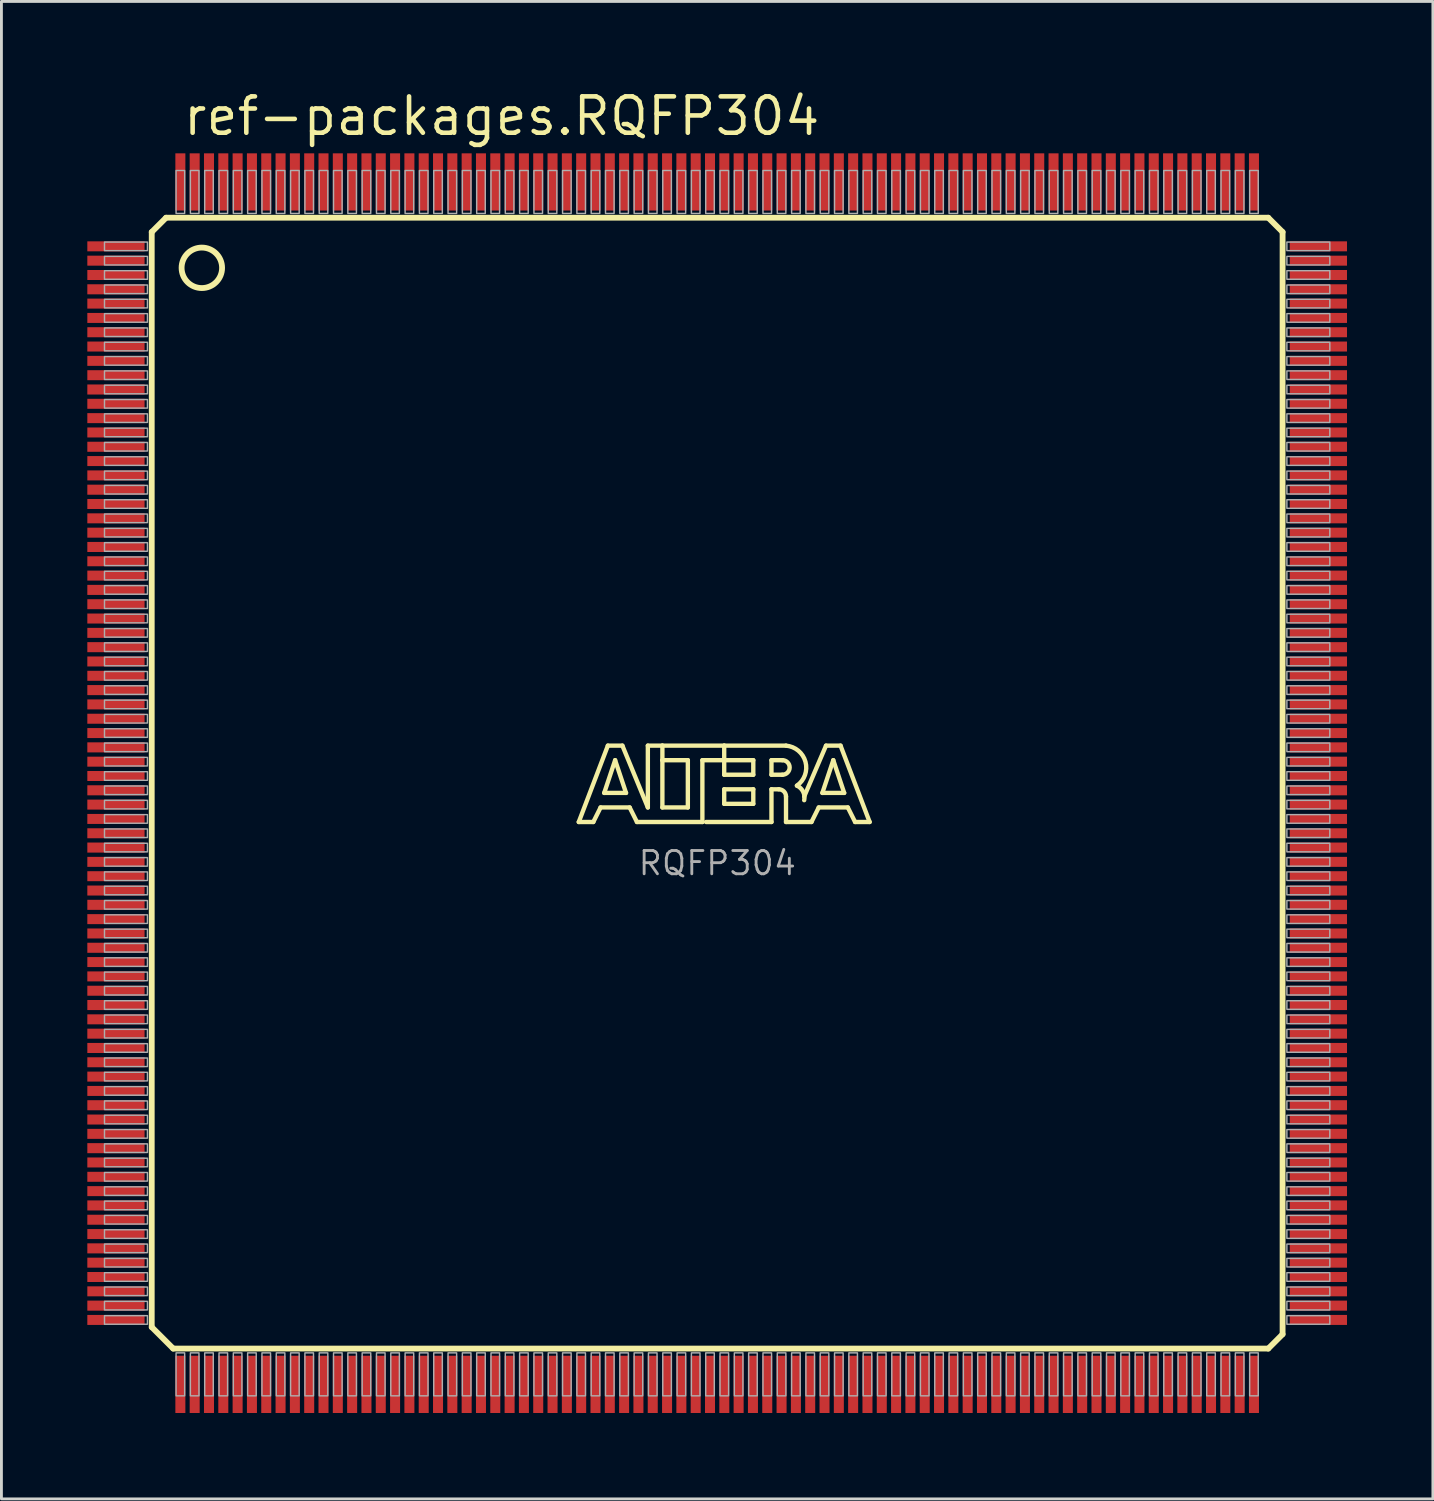
<source format=kicad_pcb>
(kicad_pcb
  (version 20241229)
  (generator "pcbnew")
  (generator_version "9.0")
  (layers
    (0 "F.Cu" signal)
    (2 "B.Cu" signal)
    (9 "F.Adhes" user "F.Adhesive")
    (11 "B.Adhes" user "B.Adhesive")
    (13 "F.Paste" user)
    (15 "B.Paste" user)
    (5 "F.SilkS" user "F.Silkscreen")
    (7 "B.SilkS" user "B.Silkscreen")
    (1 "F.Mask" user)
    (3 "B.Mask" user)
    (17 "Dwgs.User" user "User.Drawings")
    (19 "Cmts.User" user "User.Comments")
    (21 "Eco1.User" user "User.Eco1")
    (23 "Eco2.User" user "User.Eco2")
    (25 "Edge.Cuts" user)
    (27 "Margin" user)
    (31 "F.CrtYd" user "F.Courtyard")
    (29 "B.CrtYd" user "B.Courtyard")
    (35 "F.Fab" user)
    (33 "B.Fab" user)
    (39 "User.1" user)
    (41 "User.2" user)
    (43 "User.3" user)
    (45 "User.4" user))
  (footprint "ref-packages.RQFP304"
    (layer "F.Cu")
    (at 22 24.305)
    (property "Reference" "ref-packages.RQFP304" (at -18.729 -22.555 0) (layer "F.SilkS") (effects (font (size 1.27 1.27) (thickness 0.16)) (justify left bottom)))
    (attr smd)
    (fp_line (start -19.75 -19.25) (end -19.25 -19.75) (stroke (width 0.203) (type default)) (layer "F.SilkS"))
    (fp_line (start -19.75 19) (end -19.75 -19.25) (stroke (width 0.203) (type default)) (layer "F.SilkS"))
    (fp_line (start -19.25 -19.75) (end 19.25 -19.75) (stroke (width 0.203) (type default)) (layer "F.SilkS"))
    (fp_line (start -19 19.75) (end -19.75 19) (stroke (width 0.203) (type default)) (layer "F.SilkS"))
    (fp_line (start -4.834 1.357) (end -3.818 -1.31) (stroke (width 0.152) (type default)) (layer "F.SilkS"))
    (fp_line (start -4.326 1.357) (end -4.834 1.357) (stroke (width 0.152) (type default)) (layer "F.SilkS"))
    (fp_line (start -4.072 0.849) (end -4.326 1.357) (stroke (width 0.152) (type default)) (layer "F.SilkS"))
    (fp_line (start -3.945 0.341) (end -3.183 0.341) (stroke (width 0.152) (type default)) (layer "F.SilkS"))
    (fp_line (start -3.818 -1.31) (end -3.31 -1.31) (stroke (width 0.152) (type default)) (layer "F.SilkS"))
    (fp_line (start -3.564 -0.802) (end -3.945 0.341) (stroke (width 0.152) (type default)) (layer "F.SilkS"))
    (fp_line (start -3.31 -1.31) (end -2.421 0.849) (stroke (width 0.152) (type default)) (layer "F.SilkS"))
    (fp_line (start -3.183 0.341) (end -3.564 -0.802) (stroke (width 0.152) (type default)) (layer "F.SilkS"))
    (fp_line (start -3.056 0.849) (end -4.072 0.849) (stroke (width 0.152) (type default)) (layer "F.SilkS"))
    (fp_line (start -2.802 1.357) (end -3.056 0.849) (stroke (width 0.152) (type default)) (layer "F.SilkS"))
    (fp_line (start -2.421 -1.31) (end -1.913 -1.31) (stroke (width 0.152) (type default)) (layer "F.SilkS"))
    (fp_line (start -2.421 0.849) (end -2.421 -1.31) (stroke (width 0.152) (type default)) (layer "F.SilkS"))
    (fp_line (start -1.913 -1.31) (end -1.913 -0.802) (stroke (width 0.152) (type default)) (layer "F.SilkS"))
    (fp_line (start -1.913 -1.31) (end 0.246 -1.31) (stroke (width 0.152) (type default)) (layer "F.SilkS"))
    (fp_line (start -1.913 -0.802) (end -1.913 0.849) (stroke (width 0.152) (type default)) (layer "F.SilkS"))
    (fp_line (start -1.913 0.849) (end -1.024 0.849) (stroke (width 0.152) (type default)) (layer "F.SilkS"))
    (fp_line (start -1.024 -0.802) (end -1.913 -0.802) (stroke (width 0.152) (type default)) (layer "F.SilkS"))
    (fp_line (start -1.024 0.849) (end -1.024 -0.802) (stroke (width 0.152) (type default)) (layer "F.SilkS"))
    (fp_line (start -0.516 -0.802) (end -0.516 1.357) (stroke (width 0.152) (type default)) (layer "F.SilkS"))
    (fp_line (start -0.516 1.357) (end -2.802 1.357) (stroke (width 0.152) (type default)) (layer "F.SilkS"))
    (fp_line (start 0.246 -1.31) (end 0.246 -0.802) (stroke (width 0.152) (type default)) (layer "F.SilkS"))
    (fp_line (start 0.246 -1.31) (end 2.405 -1.31) (stroke (width 0.152) (type default)) (layer "F.SilkS"))
    (fp_line (start 0.246 -0.802) (end -0.516 -0.802) (stroke (width 0.152) (type default)) (layer "F.SilkS"))
    (fp_line (start 0.246 -0.802) (end 0.246 -0.294) (stroke (width 0.152) (type default)) (layer "F.SilkS"))
    (fp_line (start 0.246 -0.294) (end 1.262 -0.294) (stroke (width 0.152) (type default)) (layer "F.SilkS"))
    (fp_line (start 0.246 0.214) (end 1.262 0.214) (stroke (width 0.152) (type default)) (layer "F.SilkS"))
    (fp_line (start 0.246 0.722) (end 0.246 0.214) (stroke (width 0.152) (type default)) (layer "F.SilkS"))
    (fp_line (start 1.262 -0.802) (end 0.246 -0.802) (stroke (width 0.152) (type default)) (layer "F.SilkS"))
    (fp_line (start 1.262 -0.294) (end 1.262 -0.802) (stroke (width 0.152) (type default)) (layer "F.SilkS"))
    (fp_line (start 1.262 0.214) (end 1.262 0.722) (stroke (width 0.152) (type default)) (layer "F.SilkS"))
    (fp_line (start 1.262 0.722) (end 0.246 0.722) (stroke (width 0.152) (type default)) (layer "F.SilkS"))
    (fp_line (start 1.897 -0.802) (end 1.897 -0.294) (stroke (width 0.152) (type default)) (layer "F.SilkS"))
    (fp_line (start 1.897 -0.294) (end 2.278 -0.294) (stroke (width 0.152) (type default)) (layer "F.SilkS"))
    (fp_line (start 1.897 0.214) (end 1.897 1.357) (stroke (width 0.152) (type default)) (layer "F.SilkS"))
    (fp_line (start 1.897 0.214) (end 2.151 0.214) (stroke (width 0.152) (type default)) (layer "F.SilkS"))
    (fp_line (start 1.897 1.357) (end -0.389 1.357) (stroke (width 0.152) (type default)) (layer "F.SilkS"))
    (fp_line (start 2.278 -0.802) (end 1.897 -0.802) (stroke (width 0.152) (type default)) (layer "F.SilkS"))
    (fp_line (start 2.405 0.468) (end 2.405 1.357) (stroke (width 0.152) (type default)) (layer "F.SilkS"))
    (fp_line (start 2.405 1.357) (end 3.294 1.357) (stroke (width 0.152) (type default)) (layer "F.SilkS"))
    (fp_line (start 3.294 1.357) (end 3.548 0.849) (stroke (width 0.152) (type default)) (layer "F.SilkS"))
    (fp_line (start 3.548 0.849) (end 4.564 0.849) (stroke (width 0.152) (type default)) (layer "F.SilkS"))
    (fp_line (start 3.675 0.341) (end 4.056 -0.802) (stroke (width 0.152) (type default)) (layer "F.SilkS"))
    (fp_line (start 3.802 -1.31) (end 3.04 0.468) (stroke (width 0.152) (type default)) (layer "F.SilkS"))
    (fp_line (start 4.056 -0.802) (end 4.437 0.341) (stroke (width 0.152) (type default)) (layer "F.SilkS"))
    (fp_line (start 4.31 -1.31) (end 3.802 -1.31) (stroke (width 0.152) (type default)) (layer "F.SilkS"))
    (fp_line (start 4.437 0.341) (end 3.675 0.341) (stroke (width 0.152) (type default)) (layer "F.SilkS"))
    (fp_line (start 4.564 0.849) (end 4.818 1.357) (stroke (width 0.152) (type default)) (layer "F.SilkS"))
    (fp_line (start 4.818 1.357) (end 5.326 1.357) (stroke (width 0.152) (type default)) (layer "F.SilkS"))
    (fp_line (start 5.326 1.357) (end 4.31 -1.31) (stroke (width 0.152) (type default)) (layer "F.SilkS"))
    (fp_line (start 19.25 -19.75) (end 19.75 -19.25) (stroke (width 0.203) (type default)) (layer "F.SilkS"))
    (fp_line (start 19.25 19.75) (end -19 19.75) (stroke (width 0.203) (type default)) (layer "F.SilkS"))
    (fp_line (start 19.75 -19.25) (end 19.75 19.25) (stroke (width 0.203) (type default)) (layer "F.SilkS"))
    (fp_line (start 19.75 19.25) (end 19.25 19.75) (stroke (width 0.203) (type default)) (layer "F.SilkS"))
    (fp_arc (start 2.151 0.214) (mid 2.330605 0.288395) (end 2.405 0.468) (stroke (width 0.1524) (type default)) (layer "F.SilkS"))
    (fp_arc (start 2.278 -0.802) (mid 2.532 -0.548) (end 2.278 -0.294) (stroke (width 0.1524) (type default)) (layer "F.SilkS"))
    (fp_arc (start 2.405 -1.31) (mid 3.084953 -0.74477) (end 2.7861 0.0874) (stroke (width 0.1524) (type default)) (layer "F.SilkS"))
    (fp_arc (start 2.7861 0.0871) (mid 3.002081 0.296587) (end 3.0398 0.5951) (stroke (width 0.1524) (type default)) (layer "F.SilkS"))
    (fp_circle (center -18 -18) (end -17.293 -18) (stroke (width 0.203) (type default)) (fill no) (layer "F.SilkS"))
    (fp_rect (start -21.4 -18.6) (end -19.9 -18.9) (stroke (width 0.05) (type default)) (fill no) (layer "F.Fab"))
    (fp_rect (start -21.4 -18.1) (end -19.9 -18.4) (stroke (width 0.05) (type default)) (fill no) (layer "F.Fab"))
    (fp_rect (start -21.4 -17.6) (end -19.9 -17.9) (stroke (width 0.05) (type default)) (fill no) (layer "F.Fab"))
    (fp_rect (start -21.4 -17.1) (end -19.9 -17.4) (stroke (width 0.05) (type default)) (fill no) (layer "F.Fab"))
    (fp_rect (start -21.4 -16.6) (end -19.9 -16.9) (stroke (width 0.05) (type default)) (fill no) (layer "F.Fab"))
    (fp_rect (start -21.4 -16.1) (end -19.9 -16.4) (stroke (width 0.05) (type default)) (fill no) (layer "F.Fab"))
    (fp_rect (start -21.4 -15.6) (end -19.9 -15.9) (stroke (width 0.05) (type default)) (fill no) (layer "F.Fab"))
    (fp_rect (start -21.4 -15.1) (end -19.9 -15.4) (stroke (width 0.05) (type default)) (fill no) (layer "F.Fab"))
    (fp_rect (start -21.4 -14.6) (end -19.9 -14.9) (stroke (width 0.05) (type default)) (fill no) (layer "F.Fab"))
    (fp_rect (start -21.4 -14.1) (end -19.9 -14.4) (stroke (width 0.05) (type default)) (fill no) (layer "F.Fab"))
    (fp_rect (start -21.4 -13.6) (end -19.9 -13.9) (stroke (width 0.05) (type default)) (fill no) (layer "F.Fab"))
    (fp_rect (start -21.4 -13.1) (end -19.9 -13.4) (stroke (width 0.05) (type default)) (fill no) (layer "F.Fab"))
    (fp_rect (start -21.4 -12.6) (end -19.9 -12.9) (stroke (width 0.05) (type default)) (fill no) (layer "F.Fab"))
    (fp_rect (start -21.4 -12.1) (end -19.9 -12.4) (stroke (width 0.05) (type default)) (fill no) (layer "F.Fab"))
    (fp_rect (start -21.4 -11.6) (end -19.9 -11.9) (stroke (width 0.05) (type default)) (fill no) (layer "F.Fab"))
    (fp_rect (start -21.4 -11.1) (end -19.9 -11.4) (stroke (width 0.05) (type default)) (fill no) (layer "F.Fab"))
    (fp_rect (start -21.4 -10.6) (end -19.9 -10.9) (stroke (width 0.05) (type default)) (fill no) (layer "F.Fab"))
    (fp_rect (start -21.4 -10.1) (end -19.9 -10.4) (stroke (width 0.05) (type default)) (fill no) (layer "F.Fab"))
    (fp_rect (start -21.4 -9.6) (end -19.9 -9.9) (stroke (width 0.05) (type default)) (fill no) (layer "F.Fab"))
    (fp_rect (start -21.4 -9.1) (end -19.9 -9.4) (stroke (width 0.05) (type default)) (fill no) (layer "F.Fab"))
    (fp_rect (start -21.4 -8.6) (end -19.9 -8.9) (stroke (width 0.05) (type default)) (fill no) (layer "F.Fab"))
    (fp_rect (start -21.4 -8.1) (end -19.9 -8.4) (stroke (width 0.05) (type default)) (fill no) (layer "F.Fab"))
    (fp_rect (start -21.4 -7.6) (end -19.9 -7.9) (stroke (width 0.05) (type default)) (fill no) (layer "F.Fab"))
    (fp_rect (start -21.4 -7.1) (end -19.9 -7.4) (stroke (width 0.05) (type default)) (fill no) (layer "F.Fab"))
    (fp_rect (start -21.4 -6.6) (end -19.9 -6.9) (stroke (width 0.05) (type default)) (fill no) (layer "F.Fab"))
    (fp_rect (start -21.4 -6.1) (end -19.9 -6.4) (stroke (width 0.05) (type default)) (fill no) (layer "F.Fab"))
    (fp_rect (start -21.4 -5.6) (end -19.9 -5.9) (stroke (width 0.05) (type default)) (fill no) (layer "F.Fab"))
    (fp_rect (start -21.4 -5.1) (end -19.9 -5.4) (stroke (width 0.05) (type default)) (fill no) (layer "F.Fab"))
    (fp_rect (start -21.4 -4.6) (end -19.9 -4.9) (stroke (width 0.05) (type default)) (fill no) (layer "F.Fab"))
    (fp_rect (start -21.4 -4.1) (end -19.9 -4.4) (stroke (width 0.05) (type default)) (fill no) (layer "F.Fab"))
    (fp_rect (start -21.4 -3.6) (end -19.9 -3.9) (stroke (width 0.05) (type default)) (fill no) (layer "F.Fab"))
    (fp_rect (start -21.4 -3.1) (end -19.9 -3.4) (stroke (width 0.05) (type default)) (fill no) (layer "F.Fab"))
    (fp_rect (start -21.4 -2.6) (end -19.9 -2.9) (stroke (width 0.05) (type default)) (fill no) (layer "F.Fab"))
    (fp_rect (start -21.4 -2.1) (end -19.9 -2.4) (stroke (width 0.05) (type default)) (fill no) (layer "F.Fab"))
    (fp_rect (start -21.4 -1.6) (end -19.9 -1.9) (stroke (width 0.05) (type default)) (fill no) (layer "F.Fab"))
    (fp_rect (start -21.4 -1.1) (end -19.9 -1.4) (stroke (width 0.05) (type default)) (fill no) (layer "F.Fab"))
    (fp_rect (start -21.4 -0.6) (end -19.9 -0.9) (stroke (width 0.05) (type default)) (fill no) (layer "F.Fab"))
    (fp_rect (start -21.4 -0.1) (end -19.9 -0.4) (stroke (width 0.05) (type default)) (fill no) (layer "F.Fab"))
    (fp_rect (start -21.4 0.4) (end -19.9 0.1) (stroke (width 0.05) (type default)) (fill no) (layer "F.Fab"))
    (fp_rect (start -21.4 0.9) (end -19.9 0.6) (stroke (width 0.05) (type default)) (fill no) (layer "F.Fab"))
    (fp_rect (start -21.4 1.4) (end -19.9 1.1) (stroke (width 0.05) (type default)) (fill no) (layer "F.Fab"))
    (fp_rect (start -21.4 1.9) (end -19.9 1.6) (stroke (width 0.05) (type default)) (fill no) (layer "F.Fab"))
    (fp_rect (start -21.4 2.4) (end -19.9 2.1) (stroke (width 0.05) (type default)) (fill no) (layer "F.Fab"))
    (fp_rect (start -21.4 2.9) (end -19.9 2.6) (stroke (width 0.05) (type default)) (fill no) (layer "F.Fab"))
    (fp_rect (start -21.4 3.4) (end -19.9 3.1) (stroke (width 0.05) (type default)) (fill no) (layer "F.Fab"))
    (fp_rect (start -21.4 3.9) (end -19.9 3.6) (stroke (width 0.05) (type default)) (fill no) (layer "F.Fab"))
    (fp_rect (start -21.4 4.4) (end -19.9 4.1) (stroke (width 0.05) (type default)) (fill no) (layer "F.Fab"))
    (fp_rect (start -21.4 4.9) (end -19.9 4.6) (stroke (width 0.05) (type default)) (fill no) (layer "F.Fab"))
    (fp_rect (start -21.4 5.4) (end -19.9 5.1) (stroke (width 0.05) (type default)) (fill no) (layer "F.Fab"))
    (fp_rect (start -21.4 5.9) (end -19.9 5.6) (stroke (width 0.05) (type default)) (fill no) (layer "F.Fab"))
    (fp_rect (start -21.4 6.4) (end -19.9 6.1) (stroke (width 0.05) (type default)) (fill no) (layer "F.Fab"))
    (fp_rect (start -21.4 6.9) (end -19.9 6.6) (stroke (width 0.05) (type default)) (fill no) (layer "F.Fab"))
    (fp_rect (start -21.4 7.4) (end -19.9 7.1) (stroke (width 0.05) (type default)) (fill no) (layer "F.Fab"))
    (fp_rect (start -21.4 7.9) (end -19.9 7.6) (stroke (width 0.05) (type default)) (fill no) (layer "F.Fab"))
    (fp_rect (start -21.4 8.4) (end -19.9 8.1) (stroke (width 0.05) (type default)) (fill no) (layer "F.Fab"))
    (fp_rect (start -21.4 8.9) (end -19.9 8.6) (stroke (width 0.05) (type default)) (fill no) (layer "F.Fab"))
    (fp_rect (start -21.4 9.4) (end -19.9 9.1) (stroke (width 0.05) (type default)) (fill no) (layer "F.Fab"))
    (fp_rect (start -21.4 9.9) (end -19.9 9.6) (stroke (width 0.05) (type default)) (fill no) (layer "F.Fab"))
    (fp_rect (start -21.4 10.4) (end -19.9 10.1) (stroke (width 0.05) (type default)) (fill no) (layer "F.Fab"))
    (fp_rect (start -21.4 10.9) (end -19.9 10.6) (stroke (width 0.05) (type default)) (fill no) (layer "F.Fab"))
    (fp_rect (start -21.4 11.4) (end -19.9 11.1) (stroke (width 0.05) (type default)) (fill no) (layer "F.Fab"))
    (fp_rect (start -21.4 11.9) (end -19.9 11.6) (stroke (width 0.05) (type default)) (fill no) (layer "F.Fab"))
    (fp_rect (start -21.4 12.4) (end -19.9 12.1) (stroke (width 0.05) (type default)) (fill no) (layer "F.Fab"))
    (fp_rect (start -21.4 12.9) (end -19.9 12.6) (stroke (width 0.05) (type default)) (fill no) (layer "F.Fab"))
    (fp_rect (start -21.4 13.4) (end -19.9 13.1) (stroke (width 0.05) (type default)) (fill no) (layer "F.Fab"))
    (fp_rect (start -21.4 13.9) (end -19.9 13.6) (stroke (width 0.05) (type default)) (fill no) (layer "F.Fab"))
    (fp_rect (start -21.4 14.4) (end -19.9 14.1) (stroke (width 0.05) (type default)) (fill no) (layer "F.Fab"))
    (fp_rect (start -21.4 14.9) (end -19.9 14.6) (stroke (width 0.05) (type default)) (fill no) (layer "F.Fab"))
    (fp_rect (start -21.4 15.4) (end -19.9 15.1) (stroke (width 0.05) (type default)) (fill no) (layer "F.Fab"))
    (fp_rect (start -21.4 15.9) (end -19.9 15.6) (stroke (width 0.05) (type default)) (fill no) (layer "F.Fab"))
    (fp_rect (start -21.4 16.4) (end -19.9 16.1) (stroke (width 0.05) (type default)) (fill no) (layer "F.Fab"))
    (fp_rect (start -21.4 16.9) (end -19.9 16.6) (stroke (width 0.05) (type default)) (fill no) (layer "F.Fab"))
    (fp_rect (start -21.4 17.4) (end -19.9 17.1) (stroke (width 0.05) (type default)) (fill no) (layer "F.Fab"))
    (fp_rect (start -21.4 17.9) (end -19.9 17.6) (stroke (width 0.05) (type default)) (fill no) (layer "F.Fab"))
    (fp_rect (start -21.4 18.4) (end -19.9 18.1) (stroke (width 0.05) (type default)) (fill no) (layer "F.Fab"))
    (fp_rect (start -21.4 18.9) (end -19.9 18.6) (stroke (width 0.05) (type default)) (fill no) (layer "F.Fab"))
    (fp_rect (start -18.9 -19.9) (end -18.6 -21.4) (stroke (width 0.05) (type default)) (fill no) (layer "F.Fab"))
    (fp_rect (start -18.9 21.4) (end -18.6 19.9) (stroke (width 0.05) (type default)) (fill no) (layer "F.Fab"))
    (fp_rect (start -18.4 -19.9) (end -18.1 -21.4) (stroke (width 0.05) (type default)) (fill no) (layer "F.Fab"))
    (fp_rect (start -18.4 21.4) (end -18.1 19.9) (stroke (width 0.05) (type default)) (fill no) (layer "F.Fab"))
    (fp_rect (start -17.9 -19.9) (end -17.6 -21.4) (stroke (width 0.05) (type default)) (fill no) (layer "F.Fab"))
    (fp_rect (start -17.9 21.4) (end -17.6 19.9) (stroke (width 0.05) (type default)) (fill no) (layer "F.Fab"))
    (fp_rect (start -17.4 -19.9) (end -17.1 -21.4) (stroke (width 0.05) (type default)) (fill no) (layer "F.Fab"))
    (fp_rect (start -17.4 21.4) (end -17.1 19.9) (stroke (width 0.05) (type default)) (fill no) (layer "F.Fab"))
    (fp_rect (start -16.9 -19.9) (end -16.6 -21.4) (stroke (width 0.05) (type default)) (fill no) (layer "F.Fab"))
    (fp_rect (start -16.9 21.4) (end -16.6 19.9) (stroke (width 0.05) (type default)) (fill no) (layer "F.Fab"))
    (fp_rect (start -16.4 -19.9) (end -16.1 -21.4) (stroke (width 0.05) (type default)) (fill no) (layer "F.Fab"))
    (fp_rect (start -16.4 21.4) (end -16.1 19.9) (stroke (width 0.05) (type default)) (fill no) (layer "F.Fab"))
    (fp_rect (start -15.9 -19.9) (end -15.6 -21.4) (stroke (width 0.05) (type default)) (fill no) (layer "F.Fab"))
    (fp_rect (start -15.9 21.4) (end -15.6 19.9) (stroke (width 0.05) (type default)) (fill no) (layer "F.Fab"))
    (fp_rect (start -15.4 -19.9) (end -15.1 -21.4) (stroke (width 0.05) (type default)) (fill no) (layer "F.Fab"))
    (fp_rect (start -15.4 21.4) (end -15.1 19.9) (stroke (width 0.05) (type default)) (fill no) (layer "F.Fab"))
    (fp_rect (start -14.9 -19.9) (end -14.6 -21.4) (stroke (width 0.05) (type default)) (fill no) (layer "F.Fab"))
    (fp_rect (start -14.9 21.4) (end -14.6 19.9) (stroke (width 0.05) (type default)) (fill no) (layer "F.Fab"))
    (fp_rect (start -14.4 -19.9) (end -14.1 -21.4) (stroke (width 0.05) (type default)) (fill no) (layer "F.Fab"))
    (fp_rect (start -14.4 21.4) (end -14.1 19.9) (stroke (width 0.05) (type default)) (fill no) (layer "F.Fab"))
    (fp_rect (start -13.9 -19.9) (end -13.6 -21.4) (stroke (width 0.05) (type default)) (fill no) (layer "F.Fab"))
    (fp_rect (start -13.9 21.4) (end -13.6 19.9) (stroke (width 0.05) (type default)) (fill no) (layer "F.Fab"))
    (fp_rect (start -13.4 -19.9) (end -13.1 -21.4) (stroke (width 0.05) (type default)) (fill no) (layer "F.Fab"))
    (fp_rect (start -13.4 21.4) (end -13.1 19.9) (stroke (width 0.05) (type default)) (fill no) (layer "F.Fab"))
    (fp_rect (start -12.9 -19.9) (end -12.6 -21.4) (stroke (width 0.05) (type default)) (fill no) (layer "F.Fab"))
    (fp_rect (start -12.9 21.4) (end -12.6 19.9) (stroke (width 0.05) (type default)) (fill no) (layer "F.Fab"))
    (fp_rect (start -12.4 -19.9) (end -12.1 -21.4) (stroke (width 0.05) (type default)) (fill no) (layer "F.Fab"))
    (fp_rect (start -12.4 21.4) (end -12.1 19.9) (stroke (width 0.05) (type default)) (fill no) (layer "F.Fab"))
    (fp_rect (start -11.9 -19.9) (end -11.6 -21.4) (stroke (width 0.05) (type default)) (fill no) (layer "F.Fab"))
    (fp_rect (start -11.9 21.4) (end -11.6 19.9) (stroke (width 0.05) (type default)) (fill no) (layer "F.Fab"))
    (fp_rect (start -11.4 -19.9) (end -11.1 -21.4) (stroke (width 0.05) (type default)) (fill no) (layer "F.Fab"))
    (fp_rect (start -11.4 21.4) (end -11.1 19.9) (stroke (width 0.05) (type default)) (fill no) (layer "F.Fab"))
    (fp_rect (start -10.9 -19.9) (end -10.6 -21.4) (stroke (width 0.05) (type default)) (fill no) (layer "F.Fab"))
    (fp_rect (start -10.9 21.4) (end -10.6 19.9) (stroke (width 0.05) (type default)) (fill no) (layer "F.Fab"))
    (fp_rect (start -10.4 -19.9) (end -10.1 -21.4) (stroke (width 0.05) (type default)) (fill no) (layer "F.Fab"))
    (fp_rect (start -10.4 21.4) (end -10.1 19.9) (stroke (width 0.05) (type default)) (fill no) (layer "F.Fab"))
    (fp_rect (start -9.9 -19.9) (end -9.6 -21.4) (stroke (width 0.05) (type default)) (fill no) (layer "F.Fab"))
    (fp_rect (start -9.9 21.4) (end -9.6 19.9) (stroke (width 0.05) (type default)) (fill no) (layer "F.Fab"))
    (fp_rect (start -9.4 -19.9) (end -9.1 -21.4) (stroke (width 0.05) (type default)) (fill no) (layer "F.Fab"))
    (fp_rect (start -9.4 21.4) (end -9.1 19.9) (stroke (width 0.05) (type default)) (fill no) (layer "F.Fab"))
    (fp_rect (start -8.9 -19.9) (end -8.6 -21.4) (stroke (width 0.05) (type default)) (fill no) (layer "F.Fab"))
    (fp_rect (start -8.9 21.4) (end -8.6 19.9) (stroke (width 0.05) (type default)) (fill no) (layer "F.Fab"))
    (fp_rect (start -8.4 -19.9) (end -8.1 -21.4) (stroke (width 0.05) (type default)) (fill no) (layer "F.Fab"))
    (fp_rect (start -8.4 21.4) (end -8.1 19.9) (stroke (width 0.05) (type default)) (fill no) (layer "F.Fab"))
    (fp_rect (start -7.9 -19.9) (end -7.6 -21.4) (stroke (width 0.05) (type default)) (fill no) (layer "F.Fab"))
    (fp_rect (start -7.9 21.4) (end -7.6 19.9) (stroke (width 0.05) (type default)) (fill no) (layer "F.Fab"))
    (fp_rect (start -7.4 -19.9) (end -7.1 -21.4) (stroke (width 0.05) (type default)) (fill no) (layer "F.Fab"))
    (fp_rect (start -7.4 21.4) (end -7.1 19.9) (stroke (width 0.05) (type default)) (fill no) (layer "F.Fab"))
    (fp_rect (start -6.9 -19.9) (end -6.6 -21.4) (stroke (width 0.05) (type default)) (fill no) (layer "F.Fab"))
    (fp_rect (start -6.9 21.4) (end -6.6 19.9) (stroke (width 0.05) (type default)) (fill no) (layer "F.Fab"))
    (fp_rect (start -6.4 -19.9) (end -6.1 -21.4) (stroke (width 0.05) (type default)) (fill no) (layer "F.Fab"))
    (fp_rect (start -6.4 21.4) (end -6.1 19.9) (stroke (width 0.05) (type default)) (fill no) (layer "F.Fab"))
    (fp_rect (start -5.9 -19.9) (end -5.6 -21.4) (stroke (width 0.05) (type default)) (fill no) (layer "F.Fab"))
    (fp_rect (start -5.9 21.4) (end -5.6 19.9) (stroke (width 0.05) (type default)) (fill no) (layer "F.Fab"))
    (fp_rect (start -5.4 -19.9) (end -5.1 -21.4) (stroke (width 0.05) (type default)) (fill no) (layer "F.Fab"))
    (fp_rect (start -5.4 21.4) (end -5.1 19.9) (stroke (width 0.05) (type default)) (fill no) (layer "F.Fab"))
    (fp_rect (start -4.9 -19.9) (end -4.6 -21.4) (stroke (width 0.05) (type default)) (fill no) (layer "F.Fab"))
    (fp_rect (start -4.9 21.4) (end -4.6 19.9) (stroke (width 0.05) (type default)) (fill no) (layer "F.Fab"))
    (fp_rect (start -4.4 -19.9) (end -4.1 -21.4) (stroke (width 0.05) (type default)) (fill no) (layer "F.Fab"))
    (fp_rect (start -4.4 21.4) (end -4.1 19.9) (stroke (width 0.05) (type default)) (fill no) (layer "F.Fab"))
    (fp_rect (start -3.9 -19.9) (end -3.6 -21.4) (stroke (width 0.05) (type default)) (fill no) (layer "F.Fab"))
    (fp_rect (start -3.9 21.4) (end -3.6 19.9) (stroke (width 0.05) (type default)) (fill no) (layer "F.Fab"))
    (fp_rect (start -3.4 -19.9) (end -3.1 -21.4) (stroke (width 0.05) (type default)) (fill no) (layer "F.Fab"))
    (fp_rect (start -3.4 21.4) (end -3.1 19.9) (stroke (width 0.05) (type default)) (fill no) (layer "F.Fab"))
    (fp_rect (start -2.9 -19.9) (end -2.6 -21.4) (stroke (width 0.05) (type default)) (fill no) (layer "F.Fab"))
    (fp_rect (start -2.9 21.4) (end -2.6 19.9) (stroke (width 0.05) (type default)) (fill no) (layer "F.Fab"))
    (fp_rect (start -2.4 -19.9) (end -2.1 -21.4) (stroke (width 0.05) (type default)) (fill no) (layer "F.Fab"))
    (fp_rect (start -2.4 21.4) (end -2.1 19.9) (stroke (width 0.05) (type default)) (fill no) (layer "F.Fab"))
    (fp_rect (start -1.9 -19.9) (end -1.6 -21.4) (stroke (width 0.05) (type default)) (fill no) (layer "F.Fab"))
    (fp_rect (start -1.9 21.4) (end -1.6 19.9) (stroke (width 0.05) (type default)) (fill no) (layer "F.Fab"))
    (fp_rect (start -1.4 -19.9) (end -1.1 -21.4) (stroke (width 0.05) (type default)) (fill no) (layer "F.Fab"))
    (fp_rect (start -1.4 21.4) (end -1.1 19.9) (stroke (width 0.05) (type default)) (fill no) (layer "F.Fab"))
    (fp_rect (start -0.9 -19.9) (end -0.6 -21.4) (stroke (width 0.05) (type default)) (fill no) (layer "F.Fab"))
    (fp_rect (start -0.9 21.4) (end -0.6 19.9) (stroke (width 0.05) (type default)) (fill no) (layer "F.Fab"))
    (fp_rect (start -0.4 -19.9) (end -0.1 -21.4) (stroke (width 0.05) (type default)) (fill no) (layer "F.Fab"))
    (fp_rect (start -0.4 21.4) (end -0.1 19.9) (stroke (width 0.05) (type default)) (fill no) (layer "F.Fab"))
    (fp_rect (start 0.1 -19.9) (end 0.4 -21.4) (stroke (width 0.05) (type default)) (fill no) (layer "F.Fab"))
    (fp_rect (start 0.1 21.4) (end 0.4 19.9) (stroke (width 0.05) (type default)) (fill no) (layer "F.Fab"))
    (fp_rect (start 0.6 -19.9) (end 0.9 -21.4) (stroke (width 0.05) (type default)) (fill no) (layer "F.Fab"))
    (fp_rect (start 0.6 21.4) (end 0.9 19.9) (stroke (width 0.05) (type default)) (fill no) (layer "F.Fab"))
    (fp_rect (start 1.1 -19.9) (end 1.4 -21.4) (stroke (width 0.05) (type default)) (fill no) (layer "F.Fab"))
    (fp_rect (start 1.1 21.4) (end 1.4 19.9) (stroke (width 0.05) (type default)) (fill no) (layer "F.Fab"))
    (fp_rect (start 1.6 -19.9) (end 1.9 -21.4) (stroke (width 0.05) (type default)) (fill no) (layer "F.Fab"))
    (fp_rect (start 1.6 21.4) (end 1.9 19.9) (stroke (width 0.05) (type default)) (fill no) (layer "F.Fab"))
    (fp_rect (start 2.1 -19.9) (end 2.4 -21.4) (stroke (width 0.05) (type default)) (fill no) (layer "F.Fab"))
    (fp_rect (start 2.1 21.4) (end 2.4 19.9) (stroke (width 0.05) (type default)) (fill no) (layer "F.Fab"))
    (fp_rect (start 2.6 -19.9) (end 2.9 -21.4) (stroke (width 0.05) (type default)) (fill no) (layer "F.Fab"))
    (fp_rect (start 2.6 21.4) (end 2.9 19.9) (stroke (width 0.05) (type default)) (fill no) (layer "F.Fab"))
    (fp_rect (start 3.1 -19.9) (end 3.4 -21.4) (stroke (width 0.05) (type default)) (fill no) (layer "F.Fab"))
    (fp_rect (start 3.1 21.4) (end 3.4 19.9) (stroke (width 0.05) (type default)) (fill no) (layer "F.Fab"))
    (fp_rect (start 3.6 -19.9) (end 3.9 -21.4) (stroke (width 0.05) (type default)) (fill no) (layer "F.Fab"))
    (fp_rect (start 3.6 21.4) (end 3.9 19.9) (stroke (width 0.05) (type default)) (fill no) (layer "F.Fab"))
    (fp_rect (start 4.1 -19.9) (end 4.4 -21.4) (stroke (width 0.05) (type default)) (fill no) (layer "F.Fab"))
    (fp_rect (start 4.1 21.4) (end 4.4 19.9) (stroke (width 0.05) (type default)) (fill no) (layer "F.Fab"))
    (fp_rect (start 4.6 -19.9) (end 4.9 -21.4) (stroke (width 0.05) (type default)) (fill no) (layer "F.Fab"))
    (fp_rect (start 4.6 21.4) (end 4.9 19.9) (stroke (width 0.05) (type default)) (fill no) (layer "F.Fab"))
    (fp_rect (start 5.1 -19.9) (end 5.4 -21.4) (stroke (width 0.05) (type default)) (fill no) (layer "F.Fab"))
    (fp_rect (start 5.1 21.4) (end 5.4 19.9) (stroke (width 0.05) (type default)) (fill no) (layer "F.Fab"))
    (fp_rect (start 5.6 -19.9) (end 5.9 -21.4) (stroke (width 0.05) (type default)) (fill no) (layer "F.Fab"))
    (fp_rect (start 5.6 21.4) (end 5.9 19.9) (stroke (width 0.05) (type default)) (fill no) (layer "F.Fab"))
    (fp_rect (start 6.1 -19.9) (end 6.4 -21.4) (stroke (width 0.05) (type default)) (fill no) (layer "F.Fab"))
    (fp_rect (start 6.1 21.4) (end 6.4 19.9) (stroke (width 0.05) (type default)) (fill no) (layer "F.Fab"))
    (fp_rect (start 6.6 -19.9) (end 6.9 -21.4) (stroke (width 0.05) (type default)) (fill no) (layer "F.Fab"))
    (fp_rect (start 6.6 21.4) (end 6.9 19.9) (stroke (width 0.05) (type default)) (fill no) (layer "F.Fab"))
    (fp_rect (start 7.1 -19.9) (end 7.4 -21.4) (stroke (width 0.05) (type default)) (fill no) (layer "F.Fab"))
    (fp_rect (start 7.1 21.4) (end 7.4 19.9) (stroke (width 0.05) (type default)) (fill no) (layer "F.Fab"))
    (fp_rect (start 7.6 -19.9) (end 7.9 -21.4) (stroke (width 0.05) (type default)) (fill no) (layer "F.Fab"))
    (fp_rect (start 7.6 21.4) (end 7.9 19.9) (stroke (width 0.05) (type default)) (fill no) (layer "F.Fab"))
    (fp_rect (start 8.1 -19.9) (end 8.4 -21.4) (stroke (width 0.05) (type default)) (fill no) (layer "F.Fab"))
    (fp_rect (start 8.1 21.4) (end 8.4 19.9) (stroke (width 0.05) (type default)) (fill no) (layer "F.Fab"))
    (fp_rect (start 8.6 -19.9) (end 8.9 -21.4) (stroke (width 0.05) (type default)) (fill no) (layer "F.Fab"))
    (fp_rect (start 8.6 21.4) (end 8.9 19.9) (stroke (width 0.05) (type default)) (fill no) (layer "F.Fab"))
    (fp_rect (start 9.1 -19.9) (end 9.4 -21.4) (stroke (width 0.05) (type default)) (fill no) (layer "F.Fab"))
    (fp_rect (start 9.1 21.4) (end 9.4 19.9) (stroke (width 0.05) (type default)) (fill no) (layer "F.Fab"))
    (fp_rect (start 9.6 -19.9) (end 9.9 -21.4) (stroke (width 0.05) (type default)) (fill no) (layer "F.Fab"))
    (fp_rect (start 9.6 21.4) (end 9.9 19.9) (stroke (width 0.05) (type default)) (fill no) (layer "F.Fab"))
    (fp_rect (start 10.1 -19.9) (end 10.4 -21.4) (stroke (width 0.05) (type default)) (fill no) (layer "F.Fab"))
    (fp_rect (start 10.1 21.4) (end 10.4 19.9) (stroke (width 0.05) (type default)) (fill no) (layer "F.Fab"))
    (fp_rect (start 10.6 -19.9) (end 10.9 -21.4) (stroke (width 0.05) (type default)) (fill no) (layer "F.Fab"))
    (fp_rect (start 10.6 21.4) (end 10.9 19.9) (stroke (width 0.05) (type default)) (fill no) (layer "F.Fab"))
    (fp_rect (start 11.1 -19.9) (end 11.4 -21.4) (stroke (width 0.05) (type default)) (fill no) (layer "F.Fab"))
    (fp_rect (start 11.1 21.4) (end 11.4 19.9) (stroke (width 0.05) (type default)) (fill no) (layer "F.Fab"))
    (fp_rect (start 11.6 -19.9) (end 11.9 -21.4) (stroke (width 0.05) (type default)) (fill no) (layer "F.Fab"))
    (fp_rect (start 11.6 21.4) (end 11.9 19.9) (stroke (width 0.05) (type default)) (fill no) (layer "F.Fab"))
    (fp_rect (start 12.1 -19.9) (end 12.4 -21.4) (stroke (width 0.05) (type default)) (fill no) (layer "F.Fab"))
    (fp_rect (start 12.1 21.4) (end 12.4 19.9) (stroke (width 0.05) (type default)) (fill no) (layer "F.Fab"))
    (fp_rect (start 12.6 -19.9) (end 12.9 -21.4) (stroke (width 0.05) (type default)) (fill no) (layer "F.Fab"))
    (fp_rect (start 12.6 21.4) (end 12.9 19.9) (stroke (width 0.05) (type default)) (fill no) (layer "F.Fab"))
    (fp_rect (start 13.1 -19.9) (end 13.4 -21.4) (stroke (width 0.05) (type default)) (fill no) (layer "F.Fab"))
    (fp_rect (start 13.1 21.4) (end 13.4 19.9) (stroke (width 0.05) (type default)) (fill no) (layer "F.Fab"))
    (fp_rect (start 13.6 -19.9) (end 13.9 -21.4) (stroke (width 0.05) (type default)) (fill no) (layer "F.Fab"))
    (fp_rect (start 13.6 21.4) (end 13.9 19.9) (stroke (width 0.05) (type default)) (fill no) (layer "F.Fab"))
    (fp_rect (start 14.1 -19.9) (end 14.4 -21.4) (stroke (width 0.05) (type default)) (fill no) (layer "F.Fab"))
    (fp_rect (start 14.1 21.4) (end 14.4 19.9) (stroke (width 0.05) (type default)) (fill no) (layer "F.Fab"))
    (fp_rect (start 14.6 -19.9) (end 14.9 -21.4) (stroke (width 0.05) (type default)) (fill no) (layer "F.Fab"))
    (fp_rect (start 14.6 21.4) (end 14.9 19.9) (stroke (width 0.05) (type default)) (fill no) (layer "F.Fab"))
    (fp_rect (start 15.1 -19.9) (end 15.4 -21.4) (stroke (width 0.05) (type default)) (fill no) (layer "F.Fab"))
    (fp_rect (start 15.1 21.4) (end 15.4 19.9) (stroke (width 0.05) (type default)) (fill no) (layer "F.Fab"))
    (fp_rect (start 15.6 -19.9) (end 15.9 -21.4) (stroke (width 0.05) (type default)) (fill no) (layer "F.Fab"))
    (fp_rect (start 15.6 21.4) (end 15.9 19.9) (stroke (width 0.05) (type default)) (fill no) (layer "F.Fab"))
    (fp_rect (start 16.1 -19.9) (end 16.4 -21.4) (stroke (width 0.05) (type default)) (fill no) (layer "F.Fab"))
    (fp_rect (start 16.1 21.4) (end 16.4 19.9) (stroke (width 0.05) (type default)) (fill no) (layer "F.Fab"))
    (fp_rect (start 16.6 -19.9) (end 16.9 -21.4) (stroke (width 0.05) (type default)) (fill no) (layer "F.Fab"))
    (fp_rect (start 16.6 21.4) (end 16.9 19.9) (stroke (width 0.05) (type default)) (fill no) (layer "F.Fab"))
    (fp_rect (start 17.1 -19.9) (end 17.4 -21.4) (stroke (width 0.05) (type default)) (fill no) (layer "F.Fab"))
    (fp_rect (start 17.1 21.4) (end 17.4 19.9) (stroke (width 0.05) (type default)) (fill no) (layer "F.Fab"))
    (fp_rect (start 17.6 -19.9) (end 17.9 -21.4) (stroke (width 0.05) (type default)) (fill no) (layer "F.Fab"))
    (fp_rect (start 17.6 21.4) (end 17.9 19.9) (stroke (width 0.05) (type default)) (fill no) (layer "F.Fab"))
    (fp_rect (start 18.1 -19.9) (end 18.4 -21.4) (stroke (width 0.05) (type default)) (fill no) (layer "F.Fab"))
    (fp_rect (start 18.1 21.4) (end 18.4 19.9) (stroke (width 0.05) (type default)) (fill no) (layer "F.Fab"))
    (fp_rect (start 18.6 -19.9) (end 18.9 -21.4) (stroke (width 0.05) (type default)) (fill no) (layer "F.Fab"))
    (fp_rect (start 18.6 21.4) (end 18.9 19.9) (stroke (width 0.05) (type default)) (fill no) (layer "F.Fab"))
    (fp_rect (start 19.9 -18.6) (end 21.4 -18.9) (stroke (width 0.05) (type default)) (fill no) (layer "F.Fab"))
    (fp_rect (start 19.9 -18.1) (end 21.4 -18.4) (stroke (width 0.05) (type default)) (fill no) (layer "F.Fab"))
    (fp_rect (start 19.9 -17.6) (end 21.4 -17.9) (stroke (width 0.05) (type default)) (fill no) (layer "F.Fab"))
    (fp_rect (start 19.9 -17.1) (end 21.4 -17.4) (stroke (width 0.05) (type default)) (fill no) (layer "F.Fab"))
    (fp_rect (start 19.9 -16.6) (end 21.4 -16.9) (stroke (width 0.05) (type default)) (fill no) (layer "F.Fab"))
    (fp_rect (start 19.9 -16.1) (end 21.4 -16.4) (stroke (width 0.05) (type default)) (fill no) (layer "F.Fab"))
    (fp_rect (start 19.9 -15.6) (end 21.4 -15.9) (stroke (width 0.05) (type default)) (fill no) (layer "F.Fab"))
    (fp_rect (start 19.9 -15.1) (end 21.4 -15.4) (stroke (width 0.05) (type default)) (fill no) (layer "F.Fab"))
    (fp_rect (start 19.9 -14.6) (end 21.4 -14.9) (stroke (width 0.05) (type default)) (fill no) (layer "F.Fab"))
    (fp_rect (start 19.9 -14.1) (end 21.4 -14.4) (stroke (width 0.05) (type default)) (fill no) (layer "F.Fab"))
    (fp_rect (start 19.9 -13.6) (end 21.4 -13.9) (stroke (width 0.05) (type default)) (fill no) (layer "F.Fab"))
    (fp_rect (start 19.9 -13.1) (end 21.4 -13.4) (stroke (width 0.05) (type default)) (fill no) (layer "F.Fab"))
    (fp_rect (start 19.9 -12.6) (end 21.4 -12.9) (stroke (width 0.05) (type default)) (fill no) (layer "F.Fab"))
    (fp_rect (start 19.9 -12.1) (end 21.4 -12.4) (stroke (width 0.05) (type default)) (fill no) (layer "F.Fab"))
    (fp_rect (start 19.9 -11.6) (end 21.4 -11.9) (stroke (width 0.05) (type default)) (fill no) (layer "F.Fab"))
    (fp_rect (start 19.9 -11.1) (end 21.4 -11.4) (stroke (width 0.05) (type default)) (fill no) (layer "F.Fab"))
    (fp_rect (start 19.9 -10.6) (end 21.4 -10.9) (stroke (width 0.05) (type default)) (fill no) (layer "F.Fab"))
    (fp_rect (start 19.9 -10.1) (end 21.4 -10.4) (stroke (width 0.05) (type default)) (fill no) (layer "F.Fab"))
    (fp_rect (start 19.9 -9.6) (end 21.4 -9.9) (stroke (width 0.05) (type default)) (fill no) (layer "F.Fab"))
    (fp_rect (start 19.9 -9.1) (end 21.4 -9.4) (stroke (width 0.05) (type default)) (fill no) (layer "F.Fab"))
    (fp_rect (start 19.9 -8.6) (end 21.4 -8.9) (stroke (width 0.05) (type default)) (fill no) (layer "F.Fab"))
    (fp_rect (start 19.9 -8.1) (end 21.4 -8.4) (stroke (width 0.05) (type default)) (fill no) (layer "F.Fab"))
    (fp_rect (start 19.9 -7.6) (end 21.4 -7.9) (stroke (width 0.05) (type default)) (fill no) (layer "F.Fab"))
    (fp_rect (start 19.9 -7.1) (end 21.4 -7.4) (stroke (width 0.05) (type default)) (fill no) (layer "F.Fab"))
    (fp_rect (start 19.9 -6.6) (end 21.4 -6.9) (stroke (width 0.05) (type default)) (fill no) (layer "F.Fab"))
    (fp_rect (start 19.9 -6.1) (end 21.4 -6.4) (stroke (width 0.05) (type default)) (fill no) (layer "F.Fab"))
    (fp_rect (start 19.9 -5.6) (end 21.4 -5.9) (stroke (width 0.05) (type default)) (fill no) (layer "F.Fab"))
    (fp_rect (start 19.9 -5.1) (end 21.4 -5.4) (stroke (width 0.05) (type default)) (fill no) (layer "F.Fab"))
    (fp_rect (start 19.9 -4.6) (end 21.4 -4.9) (stroke (width 0.05) (type default)) (fill no) (layer "F.Fab"))
    (fp_rect (start 19.9 -4.1) (end 21.4 -4.4) (stroke (width 0.05) (type default)) (fill no) (layer "F.Fab"))
    (fp_rect (start 19.9 -3.6) (end 21.4 -3.9) (stroke (width 0.05) (type default)) (fill no) (layer "F.Fab"))
    (fp_rect (start 19.9 -3.1) (end 21.4 -3.4) (stroke (width 0.05) (type default)) (fill no) (layer "F.Fab"))
    (fp_rect (start 19.9 -2.6) (end 21.4 -2.9) (stroke (width 0.05) (type default)) (fill no) (layer "F.Fab"))
    (fp_rect (start 19.9 -2.1) (end 21.4 -2.4) (stroke (width 0.05) (type default)) (fill no) (layer "F.Fab"))
    (fp_rect (start 19.9 -1.6) (end 21.4 -1.9) (stroke (width 0.05) (type default)) (fill no) (layer "F.Fab"))
    (fp_rect (start 19.9 -1.1) (end 21.4 -1.4) (stroke (width 0.05) (type default)) (fill no) (layer "F.Fab"))
    (fp_rect (start 19.9 -0.6) (end 21.4 -0.9) (stroke (width 0.05) (type default)) (fill no) (layer "F.Fab"))
    (fp_rect (start 19.9 -0.1) (end 21.4 -0.4) (stroke (width 0.05) (type default)) (fill no) (layer "F.Fab"))
    (fp_rect (start 19.9 0.4) (end 21.4 0.1) (stroke (width 0.05) (type default)) (fill no) (layer "F.Fab"))
    (fp_rect (start 19.9 0.9) (end 21.4 0.6) (stroke (width 0.05) (type default)) (fill no) (layer "F.Fab"))
    (fp_rect (start 19.9 1.4) (end 21.4 1.1) (stroke (width 0.05) (type default)) (fill no) (layer "F.Fab"))
    (fp_rect (start 19.9 1.9) (end 21.4 1.6) (stroke (width 0.05) (type default)) (fill no) (layer "F.Fab"))
    (fp_rect (start 19.9 2.4) (end 21.4 2.1) (stroke (width 0.05) (type default)) (fill no) (layer "F.Fab"))
    (fp_rect (start 19.9 2.9) (end 21.4 2.6) (stroke (width 0.05) (type default)) (fill no) (layer "F.Fab"))
    (fp_rect (start 19.9 3.4) (end 21.4 3.1) (stroke (width 0.05) (type default)) (fill no) (layer "F.Fab"))
    (fp_rect (start 19.9 3.9) (end 21.4 3.6) (stroke (width 0.05) (type default)) (fill no) (layer "F.Fab"))
    (fp_rect (start 19.9 4.4) (end 21.4 4.1) (stroke (width 0.05) (type default)) (fill no) (layer "F.Fab"))
    (fp_rect (start 19.9 4.9) (end 21.4 4.6) (stroke (width 0.05) (type default)) (fill no) (layer "F.Fab"))
    (fp_rect (start 19.9 5.4) (end 21.4 5.1) (stroke (width 0.05) (type default)) (fill no) (layer "F.Fab"))
    (fp_rect (start 19.9 5.9) (end 21.4 5.6) (stroke (width 0.05) (type default)) (fill no) (layer "F.Fab"))
    (fp_rect (start 19.9 6.4) (end 21.4 6.1) (stroke (width 0.05) (type default)) (fill no) (layer "F.Fab"))
    (fp_rect (start 19.9 6.9) (end 21.4 6.6) (stroke (width 0.05) (type default)) (fill no) (layer "F.Fab"))
    (fp_rect (start 19.9 7.4) (end 21.4 7.1) (stroke (width 0.05) (type default)) (fill no) (layer "F.Fab"))
    (fp_rect (start 19.9 7.9) (end 21.4 7.6) (stroke (width 0.05) (type default)) (fill no) (layer "F.Fab"))
    (fp_rect (start 19.9 8.4) (end 21.4 8.1) (stroke (width 0.05) (type default)) (fill no) (layer "F.Fab"))
    (fp_rect (start 19.9 8.9) (end 21.4 8.6) (stroke (width 0.05) (type default)) (fill no) (layer "F.Fab"))
    (fp_rect (start 19.9 9.4) (end 21.4 9.1) (stroke (width 0.05) (type default)) (fill no) (layer "F.Fab"))
    (fp_rect (start 19.9 9.9) (end 21.4 9.6) (stroke (width 0.05) (type default)) (fill no) (layer "F.Fab"))
    (fp_rect (start 19.9 10.4) (end 21.4 10.1) (stroke (width 0.05) (type default)) (fill no) (layer "F.Fab"))
    (fp_rect (start 19.9 10.9) (end 21.4 10.6) (stroke (width 0.05) (type default)) (fill no) (layer "F.Fab"))
    (fp_rect (start 19.9 11.4) (end 21.4 11.1) (stroke (width 0.05) (type default)) (fill no) (layer "F.Fab"))
    (fp_rect (start 19.9 11.9) (end 21.4 11.6) (stroke (width 0.05) (type default)) (fill no) (layer "F.Fab"))
    (fp_rect (start 19.9 12.4) (end 21.4 12.1) (stroke (width 0.05) (type default)) (fill no) (layer "F.Fab"))
    (fp_rect (start 19.9 12.9) (end 21.4 12.6) (stroke (width 0.05) (type default)) (fill no) (layer "F.Fab"))
    (fp_rect (start 19.9 13.4) (end 21.4 13.1) (stroke (width 0.05) (type default)) (fill no) (layer "F.Fab"))
    (fp_rect (start 19.9 13.9) (end 21.4 13.6) (stroke (width 0.05) (type default)) (fill no) (layer "F.Fab"))
    (fp_rect (start 19.9 14.4) (end 21.4 14.1) (stroke (width 0.05) (type default)) (fill no) (layer "F.Fab"))
    (fp_rect (start 19.9 14.9) (end 21.4 14.6) (stroke (width 0.05) (type default)) (fill no) (layer "F.Fab"))
    (fp_rect (start 19.9 15.4) (end 21.4 15.1) (stroke (width 0.05) (type default)) (fill no) (layer "F.Fab"))
    (fp_rect (start 19.9 15.9) (end 21.4 15.6) (stroke (width 0.05) (type default)) (fill no) (layer "F.Fab"))
    (fp_rect (start 19.9 16.4) (end 21.4 16.1) (stroke (width 0.05) (type default)) (fill no) (layer "F.Fab"))
    (fp_rect (start 19.9 16.9) (end 21.4 16.6) (stroke (width 0.05) (type default)) (fill no) (layer "F.Fab"))
    (fp_rect (start 19.9 17.4) (end 21.4 17.1) (stroke (width 0.05) (type default)) (fill no) (layer "F.Fab"))
    (fp_rect (start 19.9 17.9) (end 21.4 17.6) (stroke (width 0.05) (type default)) (fill no) (layer "F.Fab"))
    (fp_rect (start 19.9 18.4) (end 21.4 18.1) (stroke (width 0.05) (type default)) (fill no) (layer "F.Fab"))
    (fp_rect (start 19.9 18.9) (end 21.4 18.6) (stroke (width 0.05) (type default)) (fill no) (layer "F.Fab"))
    (fp_text user "RQFP304" (at -2.81 3.27 0) (layer "F.Fab") (effects (font (size 0.813 0.813) (thickness 0.1)) (justify left bottom)))
    (pad "1" smd roundrect (at -21 -18.75) (size 2 0.35) (layers "F.Cu" "F.Mask" "F.Paste") (roundrect_rratio 0.01))
    (pad "2" smd roundrect (at -21 -18.25) (size 2 0.35) (layers "F.Cu" "F.Mask" "F.Paste") (roundrect_rratio 0.01))
    (pad "3" smd roundrect (at -21 -17.75) (size 2 0.35) (layers "F.Cu" "F.Mask" "F.Paste") (roundrect_rratio 0.01))
    (pad "4" smd roundrect (at -21 -17.25) (size 2 0.35) (layers "F.Cu" "F.Mask" "F.Paste") (roundrect_rratio 0.01))
    (pad "5" smd roundrect (at -21 -16.75) (size 2 0.35) (layers "F.Cu" "F.Mask" "F.Paste") (roundrect_rratio 0.01))
    (pad "6" smd roundrect (at -21 -16.25) (size 2 0.35) (layers "F.Cu" "F.Mask" "F.Paste") (roundrect_rratio 0.01))
    (pad "7" smd roundrect (at -21 -15.75) (size 2 0.35) (layers "F.Cu" "F.Mask" "F.Paste") (roundrect_rratio 0.01))
    (pad "8" smd roundrect (at -21 -15.25) (size 2 0.35) (layers "F.Cu" "F.Mask" "F.Paste") (roundrect_rratio 0.01))
    (pad "9" smd roundrect (at -21 -14.75) (size 2 0.35) (layers "F.Cu" "F.Mask" "F.Paste") (roundrect_rratio 0.01))
    (pad "10" smd roundrect (at -21 -14.25) (size 2 0.35) (layers "F.Cu" "F.Mask" "F.Paste") (roundrect_rratio 0.01))
    (pad "11" smd roundrect (at -21 -13.75) (size 2 0.35) (layers "F.Cu" "F.Mask" "F.Paste") (roundrect_rratio 0.01))
    (pad "12" smd roundrect (at -21 -13.25) (size 2 0.35) (layers "F.Cu" "F.Mask" "F.Paste") (roundrect_rratio 0.01))
    (pad "13" smd roundrect (at -21 -12.75) (size 2 0.35) (layers "F.Cu" "F.Mask" "F.Paste") (roundrect_rratio 0.01))
    (pad "14" smd roundrect (at -21 -12.25) (size 2 0.35) (layers "F.Cu" "F.Mask" "F.Paste") (roundrect_rratio 0.01))
    (pad "15" smd roundrect (at -21 -11.75) (size 2 0.35) (layers "F.Cu" "F.Mask" "F.Paste") (roundrect_rratio 0.01))
    (pad "16" smd roundrect (at -21 -11.25) (size 2 0.35) (layers "F.Cu" "F.Mask" "F.Paste") (roundrect_rratio 0.01))
    (pad "17" smd roundrect (at -21 -10.75) (size 2 0.35) (layers "F.Cu" "F.Mask" "F.Paste") (roundrect_rratio 0.01))
    (pad "18" smd roundrect (at -21 -10.25) (size 2 0.35) (layers "F.Cu" "F.Mask" "F.Paste") (roundrect_rratio 0.01))
    (pad "19" smd roundrect (at -21 -9.75) (size 2 0.35) (layers "F.Cu" "F.Mask" "F.Paste") (roundrect_rratio 0.01))
    (pad "20" smd roundrect (at -21 -9.25) (size 2 0.35) (layers "F.Cu" "F.Mask" "F.Paste") (roundrect_rratio 0.01))
    (pad "21" smd roundrect (at -21 -8.75) (size 2 0.35) (layers "F.Cu" "F.Mask" "F.Paste") (roundrect_rratio 0.01))
    (pad "22" smd roundrect (at -21 -8.25) (size 2 0.35) (layers "F.Cu" "F.Mask" "F.Paste") (roundrect_rratio 0.01))
    (pad "23" smd roundrect (at -21 -7.75) (size 2 0.35) (layers "F.Cu" "F.Mask" "F.Paste") (roundrect_rratio 0.01))
    (pad "24" smd roundrect (at -21 -7.25) (size 2 0.35) (layers "F.Cu" "F.Mask" "F.Paste") (roundrect_rratio 0.01))
    (pad "25" smd roundrect (at -21 -6.75) (size 2 0.35) (layers "F.Cu" "F.Mask" "F.Paste") (roundrect_rratio 0.01))
    (pad "26" smd roundrect (at -21 -6.25) (size 2 0.35) (layers "F.Cu" "F.Mask" "F.Paste") (roundrect_rratio 0.01))
    (pad "27" smd roundrect (at -21 -5.75) (size 2 0.35) (layers "F.Cu" "F.Mask" "F.Paste") (roundrect_rratio 0.01))
    (pad "28" smd roundrect (at -21 -5.25) (size 2 0.35) (layers "F.Cu" "F.Mask" "F.Paste") (roundrect_rratio 0.01))
    (pad "29" smd roundrect (at -21 -4.75) (size 2 0.35) (layers "F.Cu" "F.Mask" "F.Paste") (roundrect_rratio 0.01))
    (pad "30" smd roundrect (at -21 -4.25) (size 2 0.35) (layers "F.Cu" "F.Mask" "F.Paste") (roundrect_rratio 0.01))
    (pad "31" smd roundrect (at -21 -3.75) (size 2 0.35) (layers "F.Cu" "F.Mask" "F.Paste") (roundrect_rratio 0.01))
    (pad "32" smd roundrect (at -21 -3.25) (size 2 0.35) (layers "F.Cu" "F.Mask" "F.Paste") (roundrect_rratio 0.01))
    (pad "33" smd roundrect (at -21 -2.75) (size 2 0.35) (layers "F.Cu" "F.Mask" "F.Paste") (roundrect_rratio 0.01))
    (pad "34" smd roundrect (at -21 -2.25) (size 2 0.35) (layers "F.Cu" "F.Mask" "F.Paste") (roundrect_rratio 0.01))
    (pad "35" smd roundrect (at -21 -1.75) (size 2 0.35) (layers "F.Cu" "F.Mask" "F.Paste") (roundrect_rratio 0.01))
    (pad "36" smd roundrect (at -21 -1.25) (size 2 0.35) (layers "F.Cu" "F.Mask" "F.Paste") (roundrect_rratio 0.01))
    (pad "37" smd roundrect (at -21 -0.75) (size 2 0.35) (layers "F.Cu" "F.Mask" "F.Paste") (roundrect_rratio 0.01))
    (pad "38" smd roundrect (at -21 -0.25) (size 2 0.35) (layers "F.Cu" "F.Mask" "F.Paste") (roundrect_rratio 0.01))
    (pad "39" smd roundrect (at -21 0.25) (size 2 0.35) (layers "F.Cu" "F.Mask" "F.Paste") (roundrect_rratio 0.01))
    (pad "40" smd roundrect (at -21 0.75) (size 2 0.35) (layers "F.Cu" "F.Mask" "F.Paste") (roundrect_rratio 0.01))
    (pad "41" smd roundrect (at -21 1.25) (size 2 0.35) (layers "F.Cu" "F.Mask" "F.Paste") (roundrect_rratio 0.01))
    (pad "42" smd roundrect (at -21 1.75) (size 2 0.35) (layers "F.Cu" "F.Mask" "F.Paste") (roundrect_rratio 0.01))
    (pad "43" smd roundrect (at -21 2.25) (size 2 0.35) (layers "F.Cu" "F.Mask" "F.Paste") (roundrect_rratio 0.01))
    (pad "44" smd roundrect (at -21 2.75) (size 2 0.35) (layers "F.Cu" "F.Mask" "F.Paste") (roundrect_rratio 0.01))
    (pad "45" smd roundrect (at -21 3.25) (size 2 0.35) (layers "F.Cu" "F.Mask" "F.Paste") (roundrect_rratio 0.01))
    (pad "46" smd roundrect (at -21 3.75) (size 2 0.35) (layers "F.Cu" "F.Mask" "F.Paste") (roundrect_rratio 0.01))
    (pad "47" smd roundrect (at -21 4.25) (size 2 0.35) (layers "F.Cu" "F.Mask" "F.Paste") (roundrect_rratio 0.01))
    (pad "48" smd roundrect (at -21 4.75) (size 2 0.35) (layers "F.Cu" "F.Mask" "F.Paste") (roundrect_rratio 0.01))
    (pad "49" smd roundrect (at -21 5.25) (size 2 0.35) (layers "F.Cu" "F.Mask" "F.Paste") (roundrect_rratio 0.01))
    (pad "50" smd roundrect (at -21 5.75) (size 2 0.35) (layers "F.Cu" "F.Mask" "F.Paste") (roundrect_rratio 0.01))
    (pad "51" smd roundrect (at -21 6.25) (size 2 0.35) (layers "F.Cu" "F.Mask" "F.Paste") (roundrect_rratio 0.01))
    (pad "52" smd roundrect (at -21 6.75) (size 2 0.35) (layers "F.Cu" "F.Mask" "F.Paste") (roundrect_rratio 0.01))
    (pad "53" smd roundrect (at -21 7.25) (size 2 0.35) (layers "F.Cu" "F.Mask" "F.Paste") (roundrect_rratio 0.01))
    (pad "54" smd roundrect (at -21 7.75) (size 2 0.35) (layers "F.Cu" "F.Mask" "F.Paste") (roundrect_rratio 0.01))
    (pad "55" smd roundrect (at -21 8.25) (size 2 0.35) (layers "F.Cu" "F.Mask" "F.Paste") (roundrect_rratio 0.01))
    (pad "56" smd roundrect (at -21 8.75) (size 2 0.35) (layers "F.Cu" "F.Mask" "F.Paste") (roundrect_rratio 0.01))
    (pad "57" smd roundrect (at -21 9.25) (size 2 0.35) (layers "F.Cu" "F.Mask" "F.Paste") (roundrect_rratio 0.01))
    (pad "58" smd roundrect (at -21 9.75) (size 2 0.35) (layers "F.Cu" "F.Mask" "F.Paste") (roundrect_rratio 0.01))
    (pad "59" smd roundrect (at -21 10.25) (size 2 0.35) (layers "F.Cu" "F.Mask" "F.Paste") (roundrect_rratio 0.01))
    (pad "60" smd roundrect (at -21 10.75) (size 2 0.35) (layers "F.Cu" "F.Mask" "F.Paste") (roundrect_rratio 0.01))
    (pad "61" smd roundrect (at -21 11.25) (size 2 0.35) (layers "F.Cu" "F.Mask" "F.Paste") (roundrect_rratio 0.01))
    (pad "62" smd roundrect (at -21 11.75) (size 2 0.35) (layers "F.Cu" "F.Mask" "F.Paste") (roundrect_rratio 0.01))
    (pad "63" smd roundrect (at -21 12.25) (size 2 0.35) (layers "F.Cu" "F.Mask" "F.Paste") (roundrect_rratio 0.01))
    (pad "64" smd roundrect (at -21 12.75) (size 2 0.35) (layers "F.Cu" "F.Mask" "F.Paste") (roundrect_rratio 0.01))
    (pad "65" smd roundrect (at -21 13.25) (size 2 0.35) (layers "F.Cu" "F.Mask" "F.Paste") (roundrect_rratio 0.01))
    (pad "66" smd roundrect (at -21 13.75) (size 2 0.35) (layers "F.Cu" "F.Mask" "F.Paste") (roundrect_rratio 0.01))
    (pad "67" smd roundrect (at -21 14.25) (size 2 0.35) (layers "F.Cu" "F.Mask" "F.Paste") (roundrect_rratio 0.01))
    (pad "68" smd roundrect (at -21 14.75) (size 2 0.35) (layers "F.Cu" "F.Mask" "F.Paste") (roundrect_rratio 0.01))
    (pad "69" smd roundrect (at -21 15.25) (size 2 0.35) (layers "F.Cu" "F.Mask" "F.Paste") (roundrect_rratio 0.01))
    (pad "70" smd roundrect (at -21 15.75) (size 2 0.35) (layers "F.Cu" "F.Mask" "F.Paste") (roundrect_rratio 0.01))
    (pad "71" smd roundrect (at -21 16.25) (size 2 0.35) (layers "F.Cu" "F.Mask" "F.Paste") (roundrect_rratio 0.01))
    (pad "72" smd roundrect (at -21 16.75) (size 2 0.35) (layers "F.Cu" "F.Mask" "F.Paste") (roundrect_rratio 0.01))
    (pad "73" smd roundrect (at -21 17.25) (size 2 0.35) (layers "F.Cu" "F.Mask" "F.Paste") (roundrect_rratio 0.01))
    (pad "74" smd roundrect (at -21 17.75) (size 2 0.35) (layers "F.Cu" "F.Mask" "F.Paste") (roundrect_rratio 0.01))
    (pad "75" smd roundrect (at -21 18.25) (size 2 0.35) (layers "F.Cu" "F.Mask" "F.Paste") (roundrect_rratio 0.01))
    (pad "76" smd roundrect (at -21 18.75) (size 2 0.35) (layers "F.Cu" "F.Mask" "F.Paste") (roundrect_rratio 0.01))
    (pad "77" smd roundrect (at -18.75 21) (size 0.35 2) (layers "F.Cu" "F.Mask" "F.Paste") (roundrect_rratio 0.01))
    (pad "78" smd roundrect (at -18.25 21) (size 0.35 2) (layers "F.Cu" "F.Mask" "F.Paste") (roundrect_rratio 0.01))
    (pad "79" smd roundrect (at -17.75 21) (size 0.35 2) (layers "F.Cu" "F.Mask" "F.Paste") (roundrect_rratio 0.01))
    (pad "80" smd roundrect (at -17.25 21) (size 0.35 2) (layers "F.Cu" "F.Mask" "F.Paste") (roundrect_rratio 0.01))
    (pad "81" smd roundrect (at -16.75 21) (size 0.35 2) (layers "F.Cu" "F.Mask" "F.Paste") (roundrect_rratio 0.01))
    (pad "82" smd roundrect (at -16.25 21) (size 0.35 2) (layers "F.Cu" "F.Mask" "F.Paste") (roundrect_rratio 0.01))
    (pad "83" smd roundrect (at -15.75 21) (size 0.35 2) (layers "F.Cu" "F.Mask" "F.Paste") (roundrect_rratio 0.01))
    (pad "84" smd roundrect (at -15.25 21) (size 0.35 2) (layers "F.Cu" "F.Mask" "F.Paste") (roundrect_rratio 0.01))
    (pad "85" smd roundrect (at -14.75 21) (size 0.35 2) (layers "F.Cu" "F.Mask" "F.Paste") (roundrect_rratio 0.01))
    (pad "86" smd roundrect (at -14.25 21) (size 0.35 2) (layers "F.Cu" "F.Mask" "F.Paste") (roundrect_rratio 0.01))
    (pad "87" smd roundrect (at -13.75 21) (size 0.35 2) (layers "F.Cu" "F.Mask" "F.Paste") (roundrect_rratio 0.01))
    (pad "88" smd roundrect (at -13.25 21) (size 0.35 2) (layers "F.Cu" "F.Mask" "F.Paste") (roundrect_rratio 0.01))
    (pad "89" smd roundrect (at -12.75 21) (size 0.35 2) (layers "F.Cu" "F.Mask" "F.Paste") (roundrect_rratio 0.01))
    (pad "90" smd roundrect (at -12.25 21) (size 0.35 2) (layers "F.Cu" "F.Mask" "F.Paste") (roundrect_rratio 0.01))
    (pad "91" smd roundrect (at -11.75 21) (size 0.35 2) (layers "F.Cu" "F.Mask" "F.Paste") (roundrect_rratio 0.01))
    (pad "92" smd roundrect (at -11.25 21) (size 0.35 2) (layers "F.Cu" "F.Mask" "F.Paste") (roundrect_rratio 0.01))
    (pad "93" smd roundrect (at -10.75 21) (size 0.35 2) (layers "F.Cu" "F.Mask" "F.Paste") (roundrect_rratio 0.01))
    (pad "94" smd roundrect (at -10.25 21) (size 0.35 2) (layers "F.Cu" "F.Mask" "F.Paste") (roundrect_rratio 0.01))
    (pad "95" smd roundrect (at -9.75 21) (size 0.35 2) (layers "F.Cu" "F.Mask" "F.Paste") (roundrect_rratio 0.01))
    (pad "96" smd roundrect (at -9.25 21) (size 0.35 2) (layers "F.Cu" "F.Mask" "F.Paste") (roundrect_rratio 0.01))
    (pad "97" smd roundrect (at -8.75 21) (size 0.35 2) (layers "F.Cu" "F.Mask" "F.Paste") (roundrect_rratio 0.01))
    (pad "98" smd roundrect (at -8.25 21) (size 0.35 2) (layers "F.Cu" "F.Mask" "F.Paste") (roundrect_rratio 0.01))
    (pad "99" smd roundrect (at -7.75 21) (size 0.35 2) (layers "F.Cu" "F.Mask" "F.Paste") (roundrect_rratio 0.01))
    (pad "100" smd roundrect (at -7.25 21) (size 0.35 2) (layers "F.Cu" "F.Mask" "F.Paste") (roundrect_rratio 0.01))
    (pad "101" smd roundrect (at -6.75 21) (size 0.35 2) (layers "F.Cu" "F.Mask" "F.Paste") (roundrect_rratio 0.01))
    (pad "102" smd roundrect (at -6.25 21) (size 0.35 2) (layers "F.Cu" "F.Mask" "F.Paste") (roundrect_rratio 0.01))
    (pad "103" smd roundrect (at -5.75 21) (size 0.35 2) (layers "F.Cu" "F.Mask" "F.Paste") (roundrect_rratio 0.01))
    (pad "104" smd roundrect (at -5.25 21) (size 0.35 2) (layers "F.Cu" "F.Mask" "F.Paste") (roundrect_rratio 0.01))
    (pad "105" smd roundrect (at -4.75 21) (size 0.35 2) (layers "F.Cu" "F.Mask" "F.Paste") (roundrect_rratio 0.01))
    (pad "106" smd roundrect (at -4.25 21) (size 0.35 2) (layers "F.Cu" "F.Mask" "F.Paste") (roundrect_rratio 0.01))
    (pad "107" smd roundrect (at -3.75 21) (size 0.35 2) (layers "F.Cu" "F.Mask" "F.Paste") (roundrect_rratio 0.01))
    (pad "108" smd roundrect (at -3.25 21) (size 0.35 2) (layers "F.Cu" "F.Mask" "F.Paste") (roundrect_rratio 0.01))
    (pad "109" smd roundrect (at -2.75 21) (size 0.35 2) (layers "F.Cu" "F.Mask" "F.Paste") (roundrect_rratio 0.01))
    (pad "110" smd roundrect (at -2.25 21) (size 0.35 2) (layers "F.Cu" "F.Mask" "F.Paste") (roundrect_rratio 0.01))
    (pad "111" smd roundrect (at -1.75 21) (size 0.35 2) (layers "F.Cu" "F.Mask" "F.Paste") (roundrect_rratio 0.01))
    (pad "112" smd roundrect (at -1.25 21) (size 0.35 2) (layers "F.Cu" "F.Mask" "F.Paste") (roundrect_rratio 0.01))
    (pad "113" smd roundrect (at -0.75 21) (size 0.35 2) (layers "F.Cu" "F.Mask" "F.Paste") (roundrect_rratio 0.01))
    (pad "114" smd roundrect (at -0.25 21) (size 0.35 2) (layers "F.Cu" "F.Mask" "F.Paste") (roundrect_rratio 0.01))
    (pad "115" smd roundrect (at 0.25 21) (size 0.35 2) (layers "F.Cu" "F.Mask" "F.Paste") (roundrect_rratio 0.01))
    (pad "116" smd roundrect (at 0.75 21) (size 0.35 2) (layers "F.Cu" "F.Mask" "F.Paste") (roundrect_rratio 0.01))
    (pad "117" smd roundrect (at 1.25 21) (size 0.35 2) (layers "F.Cu" "F.Mask" "F.Paste") (roundrect_rratio 0.01))
    (pad "118" smd roundrect (at 1.75 21) (size 0.35 2) (layers "F.Cu" "F.Mask" "F.Paste") (roundrect_rratio 0.01))
    (pad "119" smd roundrect (at 2.25 21) (size 0.35 2) (layers "F.Cu" "F.Mask" "F.Paste") (roundrect_rratio 0.01))
    (pad "120" smd roundrect (at 2.75 21) (size 0.35 2) (layers "F.Cu" "F.Mask" "F.Paste") (roundrect_rratio 0.01))
    (pad "121" smd roundrect (at 3.25 21) (size 0.35 2) (layers "F.Cu" "F.Mask" "F.Paste") (roundrect_rratio 0.01))
    (pad "122" smd roundrect (at 3.75 21) (size 0.35 2) (layers "F.Cu" "F.Mask" "F.Paste") (roundrect_rratio 0.01))
    (pad "123" smd roundrect (at 4.25 21) (size 0.35 2) (layers "F.Cu" "F.Mask" "F.Paste") (roundrect_rratio 0.01))
    (pad "124" smd roundrect (at 4.75 21) (size 0.35 2) (layers "F.Cu" "F.Mask" "F.Paste") (roundrect_rratio 0.01))
    (pad "125" smd roundrect (at 5.25 21) (size 0.35 2) (layers "F.Cu" "F.Mask" "F.Paste") (roundrect_rratio 0.01))
    (pad "126" smd roundrect (at 5.75 21) (size 0.35 2) (layers "F.Cu" "F.Mask" "F.Paste") (roundrect_rratio 0.01))
    (pad "127" smd roundrect (at 6.25 21) (size 0.35 2) (layers "F.Cu" "F.Mask" "F.Paste") (roundrect_rratio 0.01))
    (pad "128" smd roundrect (at 6.75 21) (size 0.35 2) (layers "F.Cu" "F.Mask" "F.Paste") (roundrect_rratio 0.01))
    (pad "129" smd roundrect (at 7.25 21) (size 0.35 2) (layers "F.Cu" "F.Mask" "F.Paste") (roundrect_rratio 0.01))
    (pad "130" smd roundrect (at 7.75 21) (size 0.35 2) (layers "F.Cu" "F.Mask" "F.Paste") (roundrect_rratio 0.01))
    (pad "131" smd roundrect (at 8.25 21) (size 0.35 2) (layers "F.Cu" "F.Mask" "F.Paste") (roundrect_rratio 0.01))
    (pad "132" smd roundrect (at 8.75 21) (size 0.35 2) (layers "F.Cu" "F.Mask" "F.Paste") (roundrect_rratio 0.01))
    (pad "133" smd roundrect (at 9.25 21) (size 0.35 2) (layers "F.Cu" "F.Mask" "F.Paste") (roundrect_rratio 0.01))
    (pad "134" smd roundrect (at 9.75 21) (size 0.35 2) (layers "F.Cu" "F.Mask" "F.Paste") (roundrect_rratio 0.01))
    (pad "135" smd roundrect (at 10.25 21) (size 0.35 2) (layers "F.Cu" "F.Mask" "F.Paste") (roundrect_rratio 0.01))
    (pad "136" smd roundrect (at 10.75 21) (size 0.35 2) (layers "F.Cu" "F.Mask" "F.Paste") (roundrect_rratio 0.01))
    (pad "137" smd roundrect (at 11.25 21) (size 0.35 2) (layers "F.Cu" "F.Mask" "F.Paste") (roundrect_rratio 0.01))
    (pad "138" smd roundrect (at 11.75 21) (size 0.35 2) (layers "F.Cu" "F.Mask" "F.Paste") (roundrect_rratio 0.01))
    (pad "139" smd roundrect (at 12.25 21) (size 0.35 2) (layers "F.Cu" "F.Mask" "F.Paste") (roundrect_rratio 0.01))
    (pad "140" smd roundrect (at 12.75 21) (size 0.35 2) (layers "F.Cu" "F.Mask" "F.Paste") (roundrect_rratio 0.01))
    (pad "141" smd roundrect (at 13.25 21) (size 0.35 2) (layers "F.Cu" "F.Mask" "F.Paste") (roundrect_rratio 0.01))
    (pad "142" smd roundrect (at 13.75 21) (size 0.35 2) (layers "F.Cu" "F.Mask" "F.Paste") (roundrect_rratio 0.01))
    (pad "143" smd roundrect (at 14.25 21) (size 0.35 2) (layers "F.Cu" "F.Mask" "F.Paste") (roundrect_rratio 0.01))
    (pad "144" smd roundrect (at 14.75 21) (size 0.35 2) (layers "F.Cu" "F.Mask" "F.Paste") (roundrect_rratio 0.01))
    (pad "145" smd roundrect (at 15.25 21) (size 0.35 2) (layers "F.Cu" "F.Mask" "F.Paste") (roundrect_rratio 0.01))
    (pad "146" smd roundrect (at 15.75 21) (size 0.35 2) (layers "F.Cu" "F.Mask" "F.Paste") (roundrect_rratio 0.01))
    (pad "147" smd roundrect (at 16.25 21) (size 0.35 2) (layers "F.Cu" "F.Mask" "F.Paste") (roundrect_rratio 0.01))
    (pad "148" smd roundrect (at 16.75 21) (size 0.35 2) (layers "F.Cu" "F.Mask" "F.Paste") (roundrect_rratio 0.01))
    (pad "149" smd roundrect (at 17.25 21) (size 0.35 2) (layers "F.Cu" "F.Mask" "F.Paste") (roundrect_rratio 0.01))
    (pad "150" smd roundrect (at 17.75 21) (size 0.35 2) (layers "F.Cu" "F.Mask" "F.Paste") (roundrect_rratio 0.01))
    (pad "151" smd roundrect (at 18.25 21) (size 0.35 2) (layers "F.Cu" "F.Mask" "F.Paste") (roundrect_rratio 0.01))
    (pad "152" smd roundrect (at 18.75 21) (size 0.35 2) (layers "F.Cu" "F.Mask" "F.Paste") (roundrect_rratio 0.01))
    (pad "153" smd roundrect (at 21 18.75) (size 2 0.35) (layers "F.Cu" "F.Mask" "F.Paste") (roundrect_rratio 0.01))
    (pad "154" smd roundrect (at 21 18.25) (size 2 0.35) (layers "F.Cu" "F.Mask" "F.Paste") (roundrect_rratio 0.01))
    (pad "155" smd roundrect (at 21 17.75) (size 2 0.35) (layers "F.Cu" "F.Mask" "F.Paste") (roundrect_rratio 0.01))
    (pad "156" smd roundrect (at 21 17.25) (size 2 0.35) (layers "F.Cu" "F.Mask" "F.Paste") (roundrect_rratio 0.01))
    (pad "157" smd roundrect (at 21 16.75) (size 2 0.35) (layers "F.Cu" "F.Mask" "F.Paste") (roundrect_rratio 0.01))
    (pad "158" smd roundrect (at 21 16.25) (size 2 0.35) (layers "F.Cu" "F.Mask" "F.Paste") (roundrect_rratio 0.01))
    (pad "159" smd roundrect (at 21 15.75) (size 2 0.35) (layers "F.Cu" "F.Mask" "F.Paste") (roundrect_rratio 0.01))
    (pad "160" smd roundrect (at 21 15.25) (size 2 0.35) (layers "F.Cu" "F.Mask" "F.Paste") (roundrect_rratio 0.01))
    (pad "161" smd roundrect (at 21 14.75) (size 2 0.35) (layers "F.Cu" "F.Mask" "F.Paste") (roundrect_rratio 0.01))
    (pad "162" smd roundrect (at 21 14.25) (size 2 0.35) (layers "F.Cu" "F.Mask" "F.Paste") (roundrect_rratio 0.01))
    (pad "163" smd roundrect (at 21 13.75) (size 2 0.35) (layers "F.Cu" "F.Mask" "F.Paste") (roundrect_rratio 0.01))
    (pad "164" smd roundrect (at 21 13.25) (size 2 0.35) (layers "F.Cu" "F.Mask" "F.Paste") (roundrect_rratio 0.01))
    (pad "165" smd roundrect (at 21 12.75) (size 2 0.35) (layers "F.Cu" "F.Mask" "F.Paste") (roundrect_rratio 0.01))
    (pad "166" smd roundrect (at 21 12.25) (size 2 0.35) (layers "F.Cu" "F.Mask" "F.Paste") (roundrect_rratio 0.01))
    (pad "167" smd roundrect (at 21 11.75) (size 2 0.35) (layers "F.Cu" "F.Mask" "F.Paste") (roundrect_rratio 0.01))
    (pad "168" smd roundrect (at 21 11.25) (size 2 0.35) (layers "F.Cu" "F.Mask" "F.Paste") (roundrect_rratio 0.01))
    (pad "169" smd roundrect (at 21 10.75) (size 2 0.35) (layers "F.Cu" "F.Mask" "F.Paste") (roundrect_rratio 0.01))
    (pad "170" smd roundrect (at 21 10.25) (size 2 0.35) (layers "F.Cu" "F.Mask" "F.Paste") (roundrect_rratio 0.01))
    (pad "171" smd roundrect (at 21 9.75) (size 2 0.35) (layers "F.Cu" "F.Mask" "F.Paste") (roundrect_rratio 0.01))
    (pad "172" smd roundrect (at 21 9.25) (size 2 0.35) (layers "F.Cu" "F.Mask" "F.Paste") (roundrect_rratio 0.01))
    (pad "173" smd roundrect (at 21 8.75) (size 2 0.35) (layers "F.Cu" "F.Mask" "F.Paste") (roundrect_rratio 0.01))
    (pad "174" smd roundrect (at 21 8.25) (size 2 0.35) (layers "F.Cu" "F.Mask" "F.Paste") (roundrect_rratio 0.01))
    (pad "175" smd roundrect (at 21 7.75) (size 2 0.35) (layers "F.Cu" "F.Mask" "F.Paste") (roundrect_rratio 0.01))
    (pad "176" smd roundrect (at 21 7.25) (size 2 0.35) (layers "F.Cu" "F.Mask" "F.Paste") (roundrect_rratio 0.01))
    (pad "177" smd roundrect (at 21 6.75) (size 2 0.35) (layers "F.Cu" "F.Mask" "F.Paste") (roundrect_rratio 0.01))
    (pad "178" smd roundrect (at 21 6.25) (size 2 0.35) (layers "F.Cu" "F.Mask" "F.Paste") (roundrect_rratio 0.01))
    (pad "179" smd roundrect (at 21 5.75) (size 2 0.35) (layers "F.Cu" "F.Mask" "F.Paste") (roundrect_rratio 0.01))
    (pad "180" smd roundrect (at 21 5.25) (size 2 0.35) (layers "F.Cu" "F.Mask" "F.Paste") (roundrect_rratio 0.01))
    (pad "181" smd roundrect (at 21 4.75) (size 2 0.35) (layers "F.Cu" "F.Mask" "F.Paste") (roundrect_rratio 0.01))
    (pad "182" smd roundrect (at 21 4.25) (size 2 0.35) (layers "F.Cu" "F.Mask" "F.Paste") (roundrect_rratio 0.01))
    (pad "183" smd roundrect (at 21 3.75) (size 2 0.35) (layers "F.Cu" "F.Mask" "F.Paste") (roundrect_rratio 0.01))
    (pad "184" smd roundrect (at 21 3.25) (size 2 0.35) (layers "F.Cu" "F.Mask" "F.Paste") (roundrect_rratio 0.01))
    (pad "185" smd roundrect (at 21 2.75) (size 2 0.35) (layers "F.Cu" "F.Mask" "F.Paste") (roundrect_rratio 0.01))
    (pad "186" smd roundrect (at 21 2.25) (size 2 0.35) (layers "F.Cu" "F.Mask" "F.Paste") (roundrect_rratio 0.01))
    (pad "187" smd roundrect (at 21 1.75) (size 2 0.35) (layers "F.Cu" "F.Mask" "F.Paste") (roundrect_rratio 0.01))
    (pad "188" smd roundrect (at 21 1.25) (size 2 0.35) (layers "F.Cu" "F.Mask" "F.Paste") (roundrect_rratio 0.01))
    (pad "189" smd roundrect (at 21 0.75) (size 2 0.35) (layers "F.Cu" "F.Mask" "F.Paste") (roundrect_rratio 0.01))
    (pad "190" smd roundrect (at 21 0.25) (size 2 0.35) (layers "F.Cu" "F.Mask" "F.Paste") (roundrect_rratio 0.01))
    (pad "191" smd roundrect (at 21 -0.25) (size 2 0.35) (layers "F.Cu" "F.Mask" "F.Paste") (roundrect_rratio 0.01))
    (pad "192" smd roundrect (at 21 -0.75) (size 2 0.35) (layers "F.Cu" "F.Mask" "F.Paste") (roundrect_rratio 0.01))
    (pad "193" smd roundrect (at 21 -1.25) (size 2 0.35) (layers "F.Cu" "F.Mask" "F.Paste") (roundrect_rratio 0.01))
    (pad "194" smd roundrect (at 21 -1.75) (size 2 0.35) (layers "F.Cu" "F.Mask" "F.Paste") (roundrect_rratio 0.01))
    (pad "195" smd roundrect (at 21 -2.25) (size 2 0.35) (layers "F.Cu" "F.Mask" "F.Paste") (roundrect_rratio 0.01))
    (pad "196" smd roundrect (at 21 -2.75) (size 2 0.35) (layers "F.Cu" "F.Mask" "F.Paste") (roundrect_rratio 0.01))
    (pad "197" smd roundrect (at 21 -3.25) (size 2 0.35) (layers "F.Cu" "F.Mask" "F.Paste") (roundrect_rratio 0.01))
    (pad "198" smd roundrect (at 21 -3.75) (size 2 0.35) (layers "F.Cu" "F.Mask" "F.Paste") (roundrect_rratio 0.01))
    (pad "199" smd roundrect (at 21 -4.25) (size 2 0.35) (layers "F.Cu" "F.Mask" "F.Paste") (roundrect_rratio 0.01))
    (pad "200" smd roundrect (at 21 -4.75) (size 2 0.35) (layers "F.Cu" "F.Mask" "F.Paste") (roundrect_rratio 0.01))
    (pad "201" smd roundrect (at 21 -5.25) (size 2 0.35) (layers "F.Cu" "F.Mask" "F.Paste") (roundrect_rratio 0.01))
    (pad "202" smd roundrect (at 21 -5.75) (size 2 0.35) (layers "F.Cu" "F.Mask" "F.Paste") (roundrect_rratio 0.01))
    (pad "203" smd roundrect (at 21 -6.25) (size 2 0.35) (layers "F.Cu" "F.Mask" "F.Paste") (roundrect_rratio 0.01))
    (pad "204" smd roundrect (at 21 -6.75) (size 2 0.35) (layers "F.Cu" "F.Mask" "F.Paste") (roundrect_rratio 0.01))
    (pad "205" smd roundrect (at 21 -7.25) (size 2 0.35) (layers "F.Cu" "F.Mask" "F.Paste") (roundrect_rratio 0.01))
    (pad "206" smd roundrect (at 21 -7.75) (size 2 0.35) (layers "F.Cu" "F.Mask" "F.Paste") (roundrect_rratio 0.01))
    (pad "207" smd roundrect (at 21 -8.25) (size 2 0.35) (layers "F.Cu" "F.Mask" "F.Paste") (roundrect_rratio 0.01))
    (pad "208" smd roundrect (at 21 -8.75) (size 2 0.35) (layers "F.Cu" "F.Mask" "F.Paste") (roundrect_rratio 0.01))
    (pad "209" smd roundrect (at 21 -9.25) (size 2 0.35) (layers "F.Cu" "F.Mask" "F.Paste") (roundrect_rratio 0.01))
    (pad "210" smd roundrect (at 21 -9.75) (size 2 0.35) (layers "F.Cu" "F.Mask" "F.Paste") (roundrect_rratio 0.01))
    (pad "211" smd roundrect (at 21 -10.25) (size 2 0.35) (layers "F.Cu" "F.Mask" "F.Paste") (roundrect_rratio 0.01))
    (pad "212" smd roundrect (at 21 -10.75) (size 2 0.35) (layers "F.Cu" "F.Mask" "F.Paste") (roundrect_rratio 0.01))
    (pad "213" smd roundrect (at 21 -11.25) (size 2 0.35) (layers "F.Cu" "F.Mask" "F.Paste") (roundrect_rratio 0.01))
    (pad "214" smd roundrect (at 21 -11.75) (size 2 0.35) (layers "F.Cu" "F.Mask" "F.Paste") (roundrect_rratio 0.01))
    (pad "215" smd roundrect (at 21 -12.25) (size 2 0.35) (layers "F.Cu" "F.Mask" "F.Paste") (roundrect_rratio 0.01))
    (pad "216" smd roundrect (at 21 -12.75) (size 2 0.35) (layers "F.Cu" "F.Mask" "F.Paste") (roundrect_rratio 0.01))
    (pad "217" smd roundrect (at 21 -13.25) (size 2 0.35) (layers "F.Cu" "F.Mask" "F.Paste") (roundrect_rratio 0.01))
    (pad "218" smd roundrect (at 21 -13.75) (size 2 0.35) (layers "F.Cu" "F.Mask" "F.Paste") (roundrect_rratio 0.01))
    (pad "219" smd roundrect (at 21 -14.25) (size 2 0.35) (layers "F.Cu" "F.Mask" "F.Paste") (roundrect_rratio 0.01))
    (pad "220" smd roundrect (at 21 -14.75) (size 2 0.35) (layers "F.Cu" "F.Mask" "F.Paste") (roundrect_rratio 0.01))
    (pad "221" smd roundrect (at 21 -15.25) (size 2 0.35) (layers "F.Cu" "F.Mask" "F.Paste") (roundrect_rratio 0.01))
    (pad "222" smd roundrect (at 21 -15.75) (size 2 0.35) (layers "F.Cu" "F.Mask" "F.Paste") (roundrect_rratio 0.01))
    (pad "223" smd roundrect (at 21 -16.25) (size 2 0.35) (layers "F.Cu" "F.Mask" "F.Paste") (roundrect_rratio 0.01))
    (pad "224" smd roundrect (at 21 -16.75) (size 2 0.35) (layers "F.Cu" "F.Mask" "F.Paste") (roundrect_rratio 0.01))
    (pad "225" smd roundrect (at 21 -17.25) (size 2 0.35) (layers "F.Cu" "F.Mask" "F.Paste") (roundrect_rratio 0.01))
    (pad "226" smd roundrect (at 21 -17.75) (size 2 0.35) (layers "F.Cu" "F.Mask" "F.Paste") (roundrect_rratio 0.01))
    (pad "227" smd roundrect (at 21 -18.25) (size 2 0.35) (layers "F.Cu" "F.Mask" "F.Paste") (roundrect_rratio 0.01))
    (pad "228" smd roundrect (at 21 -18.75) (size 2 0.35) (layers "F.Cu" "F.Mask" "F.Paste") (roundrect_rratio 0.01))
    (pad "229" smd roundrect (at 18.75 -21) (size 0.35 2) (layers "F.Cu" "F.Mask" "F.Paste") (roundrect_rratio 0.01))
    (pad "230" smd roundrect (at 18.25 -21) (size 0.35 2) (layers "F.Cu" "F.Mask" "F.Paste") (roundrect_rratio 0.01))
    (pad "231" smd roundrect (at 17.75 -21) (size 0.35 2) (layers "F.Cu" "F.Mask" "F.Paste") (roundrect_rratio 0.01))
    (pad "232" smd roundrect (at 17.25 -21) (size 0.35 2) (layers "F.Cu" "F.Mask" "F.Paste") (roundrect_rratio 0.01))
    (pad "233" smd roundrect (at 16.75 -21) (size 0.35 2) (layers "F.Cu" "F.Mask" "F.Paste") (roundrect_rratio 0.01))
    (pad "234" smd roundrect (at 16.25 -21) (size 0.35 2) (layers "F.Cu" "F.Mask" "F.Paste") (roundrect_rratio 0.01))
    (pad "235" smd roundrect (at 15.75 -21) (size 0.35 2) (layers "F.Cu" "F.Mask" "F.Paste") (roundrect_rratio 0.01))
    (pad "236" smd roundrect (at 15.25 -21) (size 0.35 2) (layers "F.Cu" "F.Mask" "F.Paste") (roundrect_rratio 0.01))
    (pad "237" smd roundrect (at 14.75 -21) (size 0.35 2) (layers "F.Cu" "F.Mask" "F.Paste") (roundrect_rratio 0.01))
    (pad "238" smd roundrect (at 14.25 -21) (size 0.35 2) (layers "F.Cu" "F.Mask" "F.Paste") (roundrect_rratio 0.01))
    (pad "239" smd roundrect (at 13.75 -21) (size 0.35 2) (layers "F.Cu" "F.Mask" "F.Paste") (roundrect_rratio 0.01))
    (pad "240" smd roundrect (at 13.25 -21) (size 0.35 2) (layers "F.Cu" "F.Mask" "F.Paste") (roundrect_rratio 0.01))
    (pad "241" smd roundrect (at 12.75 -21) (size 0.35 2) (layers "F.Cu" "F.Mask" "F.Paste") (roundrect_rratio 0.01))
    (pad "242" smd roundrect (at 12.25 -21) (size 0.35 2) (layers "F.Cu" "F.Mask" "F.Paste") (roundrect_rratio 0.01))
    (pad "243" smd roundrect (at 11.75 -21) (size 0.35 2) (layers "F.Cu" "F.Mask" "F.Paste") (roundrect_rratio 0.01))
    (pad "244" smd roundrect (at 11.25 -21) (size 0.35 2) (layers "F.Cu" "F.Mask" "F.Paste") (roundrect_rratio 0.01))
    (pad "245" smd roundrect (at 10.75 -21) (size 0.35 2) (layers "F.Cu" "F.Mask" "F.Paste") (roundrect_rratio 0.01))
    (pad "246" smd roundrect (at 10.25 -21) (size 0.35 2) (layers "F.Cu" "F.Mask" "F.Paste") (roundrect_rratio 0.01))
    (pad "247" smd roundrect (at 9.75 -21) (size 0.35 2) (layers "F.Cu" "F.Mask" "F.Paste") (roundrect_rratio 0.01))
    (pad "248" smd roundrect (at 9.25 -21) (size 0.35 2) (layers "F.Cu" "F.Mask" "F.Paste") (roundrect_rratio 0.01))
    (pad "249" smd roundrect (at 8.75 -21) (size 0.35 2) (layers "F.Cu" "F.Mask" "F.Paste") (roundrect_rratio 0.01))
    (pad "250" smd roundrect (at 8.25 -21) (size 0.35 2) (layers "F.Cu" "F.Mask" "F.Paste") (roundrect_rratio 0.01))
    (pad "251" smd roundrect (at 7.75 -21) (size 0.35 2) (layers "F.Cu" "F.Mask" "F.Paste") (roundrect_rratio 0.01))
    (pad "252" smd roundrect (at 7.25 -21) (size 0.35 2) (layers "F.Cu" "F.Mask" "F.Paste") (roundrect_rratio 0.01))
    (pad "253" smd roundrect (at 6.75 -21) (size 0.35 2) (layers "F.Cu" "F.Mask" "F.Paste") (roundrect_rratio 0.01))
    (pad "254" smd roundrect (at 6.25 -21) (size 0.35 2) (layers "F.Cu" "F.Mask" "F.Paste") (roundrect_rratio 0.01))
    (pad "255" smd roundrect (at 5.75 -21) (size 0.35 2) (layers "F.Cu" "F.Mask" "F.Paste") (roundrect_rratio 0.01))
    (pad "256" smd roundrect (at 5.25 -21) (size 0.35 2) (layers "F.Cu" "F.Mask" "F.Paste") (roundrect_rratio 0.01))
    (pad "257" smd roundrect (at 4.75 -21) (size 0.35 2) (layers "F.Cu" "F.Mask" "F.Paste") (roundrect_rratio 0.01))
    (pad "258" smd roundrect (at 4.25 -21) (size 0.35 2) (layers "F.Cu" "F.Mask" "F.Paste") (roundrect_rratio 0.01))
    (pad "259" smd roundrect (at 3.75 -21) (size 0.35 2) (layers "F.Cu" "F.Mask" "F.Paste") (roundrect_rratio 0.01))
    (pad "260" smd roundrect (at 3.25 -21) (size 0.35 2) (layers "F.Cu" "F.Mask" "F.Paste") (roundrect_rratio 0.01))
    (pad "261" smd roundrect (at 2.75 -21) (size 0.35 2) (layers "F.Cu" "F.Mask" "F.Paste") (roundrect_rratio 0.01))
    (pad "262" smd roundrect (at 2.25 -21) (size 0.35 2) (layers "F.Cu" "F.Mask" "F.Paste") (roundrect_rratio 0.01))
    (pad "263" smd roundrect (at 1.75 -21) (size 0.35 2) (layers "F.Cu" "F.Mask" "F.Paste") (roundrect_rratio 0.01))
    (pad "264" smd roundrect (at 1.25 -21) (size 0.35 2) (layers "F.Cu" "F.Mask" "F.Paste") (roundrect_rratio 0.01))
    (pad "265" smd roundrect (at 0.75 -21) (size 0.35 2) (layers "F.Cu" "F.Mask" "F.Paste") (roundrect_rratio 0.01))
    (pad "266" smd roundrect (at 0.25 -21) (size 0.35 2) (layers "F.Cu" "F.Mask" "F.Paste") (roundrect_rratio 0.01))
    (pad "267" smd roundrect (at -0.25 -21) (size 0.35 2) (layers "F.Cu" "F.Mask" "F.Paste") (roundrect_rratio 0.01))
    (pad "268" smd roundrect (at -0.75 -21) (size 0.35 2) (layers "F.Cu" "F.Mask" "F.Paste") (roundrect_rratio 0.01))
    (pad "269" smd roundrect (at -1.25 -21) (size 0.35 2) (layers "F.Cu" "F.Mask" "F.Paste") (roundrect_rratio 0.01))
    (pad "270" smd roundrect (at -1.75 -21) (size 0.35 2) (layers "F.Cu" "F.Mask" "F.Paste") (roundrect_rratio 0.01))
    (pad "271" smd roundrect (at -2.25 -21) (size 0.35 2) (layers "F.Cu" "F.Mask" "F.Paste") (roundrect_rratio 0.01))
    (pad "272" smd roundrect (at -2.75 -21) (size 0.35 2) (layers "F.Cu" "F.Mask" "F.Paste") (roundrect_rratio 0.01))
    (pad "273" smd roundrect (at -3.25 -21) (size 0.35 2) (layers "F.Cu" "F.Mask" "F.Paste") (roundrect_rratio 0.01))
    (pad "274" smd roundrect (at -3.75 -21) (size 0.35 2) (layers "F.Cu" "F.Mask" "F.Paste") (roundrect_rratio 0.01))
    (pad "275" smd roundrect (at -4.25 -21) (size 0.35 2) (layers "F.Cu" "F.Mask" "F.Paste") (roundrect_rratio 0.01))
    (pad "276" smd roundrect (at -4.75 -21) (size 0.35 2) (layers "F.Cu" "F.Mask" "F.Paste") (roundrect_rratio 0.01))
    (pad "277" smd roundrect (at -5.25 -21) (size 0.35 2) (layers "F.Cu" "F.Mask" "F.Paste") (roundrect_rratio 0.01))
    (pad "278" smd roundrect (at -5.75 -21) (size 0.35 2) (layers "F.Cu" "F.Mask" "F.Paste") (roundrect_rratio 0.01))
    (pad "279" smd roundrect (at -6.25 -21) (size 0.35 2) (layers "F.Cu" "F.Mask" "F.Paste") (roundrect_rratio 0.01))
    (pad "280" smd roundrect (at -6.75 -21) (size 0.35 2) (layers "F.Cu" "F.Mask" "F.Paste") (roundrect_rratio 0.01))
    (pad "281" smd roundrect (at -7.25 -21) (size 0.35 2) (layers "F.Cu" "F.Mask" "F.Paste") (roundrect_rratio 0.01))
    (pad "282" smd roundrect (at -7.75 -21) (size 0.35 2) (layers "F.Cu" "F.Mask" "F.Paste") (roundrect_rratio 0.01))
    (pad "283" smd roundrect (at -8.25 -21) (size 0.35 2) (layers "F.Cu" "F.Mask" "F.Paste") (roundrect_rratio 0.01))
    (pad "284" smd roundrect (at -8.75 -21) (size 0.35 2) (layers "F.Cu" "F.Mask" "F.Paste") (roundrect_rratio 0.01))
    (pad "285" smd roundrect (at -9.25 -21) (size 0.35 2) (layers "F.Cu" "F.Mask" "F.Paste") (roundrect_rratio 0.01))
    (pad "286" smd roundrect (at -9.75 -21) (size 0.35 2) (layers "F.Cu" "F.Mask" "F.Paste") (roundrect_rratio 0.01))
    (pad "287" smd roundrect (at -10.25 -21) (size 0.35 2) (layers "F.Cu" "F.Mask" "F.Paste") (roundrect_rratio 0.01))
    (pad "288" smd roundrect (at -10.75 -21) (size 0.35 2) (layers "F.Cu" "F.Mask" "F.Paste") (roundrect_rratio 0.01))
    (pad "289" smd roundrect (at -11.25 -21) (size 0.35 2) (layers "F.Cu" "F.Mask" "F.Paste") (roundrect_rratio 0.01))
    (pad "290" smd roundrect (at -11.75 -21) (size 0.35 2) (layers "F.Cu" "F.Mask" "F.Paste") (roundrect_rratio 0.01))
    (pad "291" smd roundrect (at -12.25 -21) (size 0.35 2) (layers "F.Cu" "F.Mask" "F.Paste") (roundrect_rratio 0.01))
    (pad "292" smd roundrect (at -12.75 -21) (size 0.35 2) (layers "F.Cu" "F.Mask" "F.Paste") (roundrect_rratio 0.01))
    (pad "293" smd roundrect (at -13.25 -21) (size 0.35 2) (layers "F.Cu" "F.Mask" "F.Paste") (roundrect_rratio 0.01))
    (pad "294" smd roundrect (at -13.75 -21) (size 0.35 2) (layers "F.Cu" "F.Mask" "F.Paste") (roundrect_rratio 0.01))
    (pad "295" smd roundrect (at -14.25 -21) (size 0.35 2) (layers "F.Cu" "F.Mask" "F.Paste") (roundrect_rratio 0.01))
    (pad "296" smd roundrect (at -14.75 -21) (size 0.35 2) (layers "F.Cu" "F.Mask" "F.Paste") (roundrect_rratio 0.01))
    (pad "297" smd roundrect (at -15.25 -21) (size 0.35 2) (layers "F.Cu" "F.Mask" "F.Paste") (roundrect_rratio 0.01))
    (pad "298" smd roundrect (at -15.75 -21) (size 0.35 2) (layers "F.Cu" "F.Mask" "F.Paste") (roundrect_rratio 0.01))
    (pad "299" smd roundrect (at -16.25 -21) (size 0.35 2) (layers "F.Cu" "F.Mask" "F.Paste") (roundrect_rratio 0.01))
    (pad "300" smd roundrect (at -16.75 -21) (size 0.35 2) (layers "F.Cu" "F.Mask" "F.Paste") (roundrect_rratio 0.01))
    (pad "301" smd roundrect (at -17.25 -21) (size 0.35 2) (layers "F.Cu" "F.Mask" "F.Paste") (roundrect_rratio 0.01))
    (pad "302" smd roundrect (at -17.75 -21) (size 0.35 2) (layers "F.Cu" "F.Mask" "F.Paste") (roundrect_rratio 0.01))
    (pad "303" smd roundrect (at -18.25 -21) (size 0.35 2) (layers "F.Cu" "F.Mask" "F.Paste") (roundrect_rratio 0.01))
    (pad "304" smd roundrect (at -18.75 -21) (size 0.35 2) (layers "F.Cu" "F.Mask" "F.Paste") (roundrect_rratio 0.01)))
  (gr_rect
    (start -3 -3)
    (end 47 49.305)
    (stroke (width 0.1) (type default))
    (fill no)
    (layer "Edge.Cuts")))
</source>
